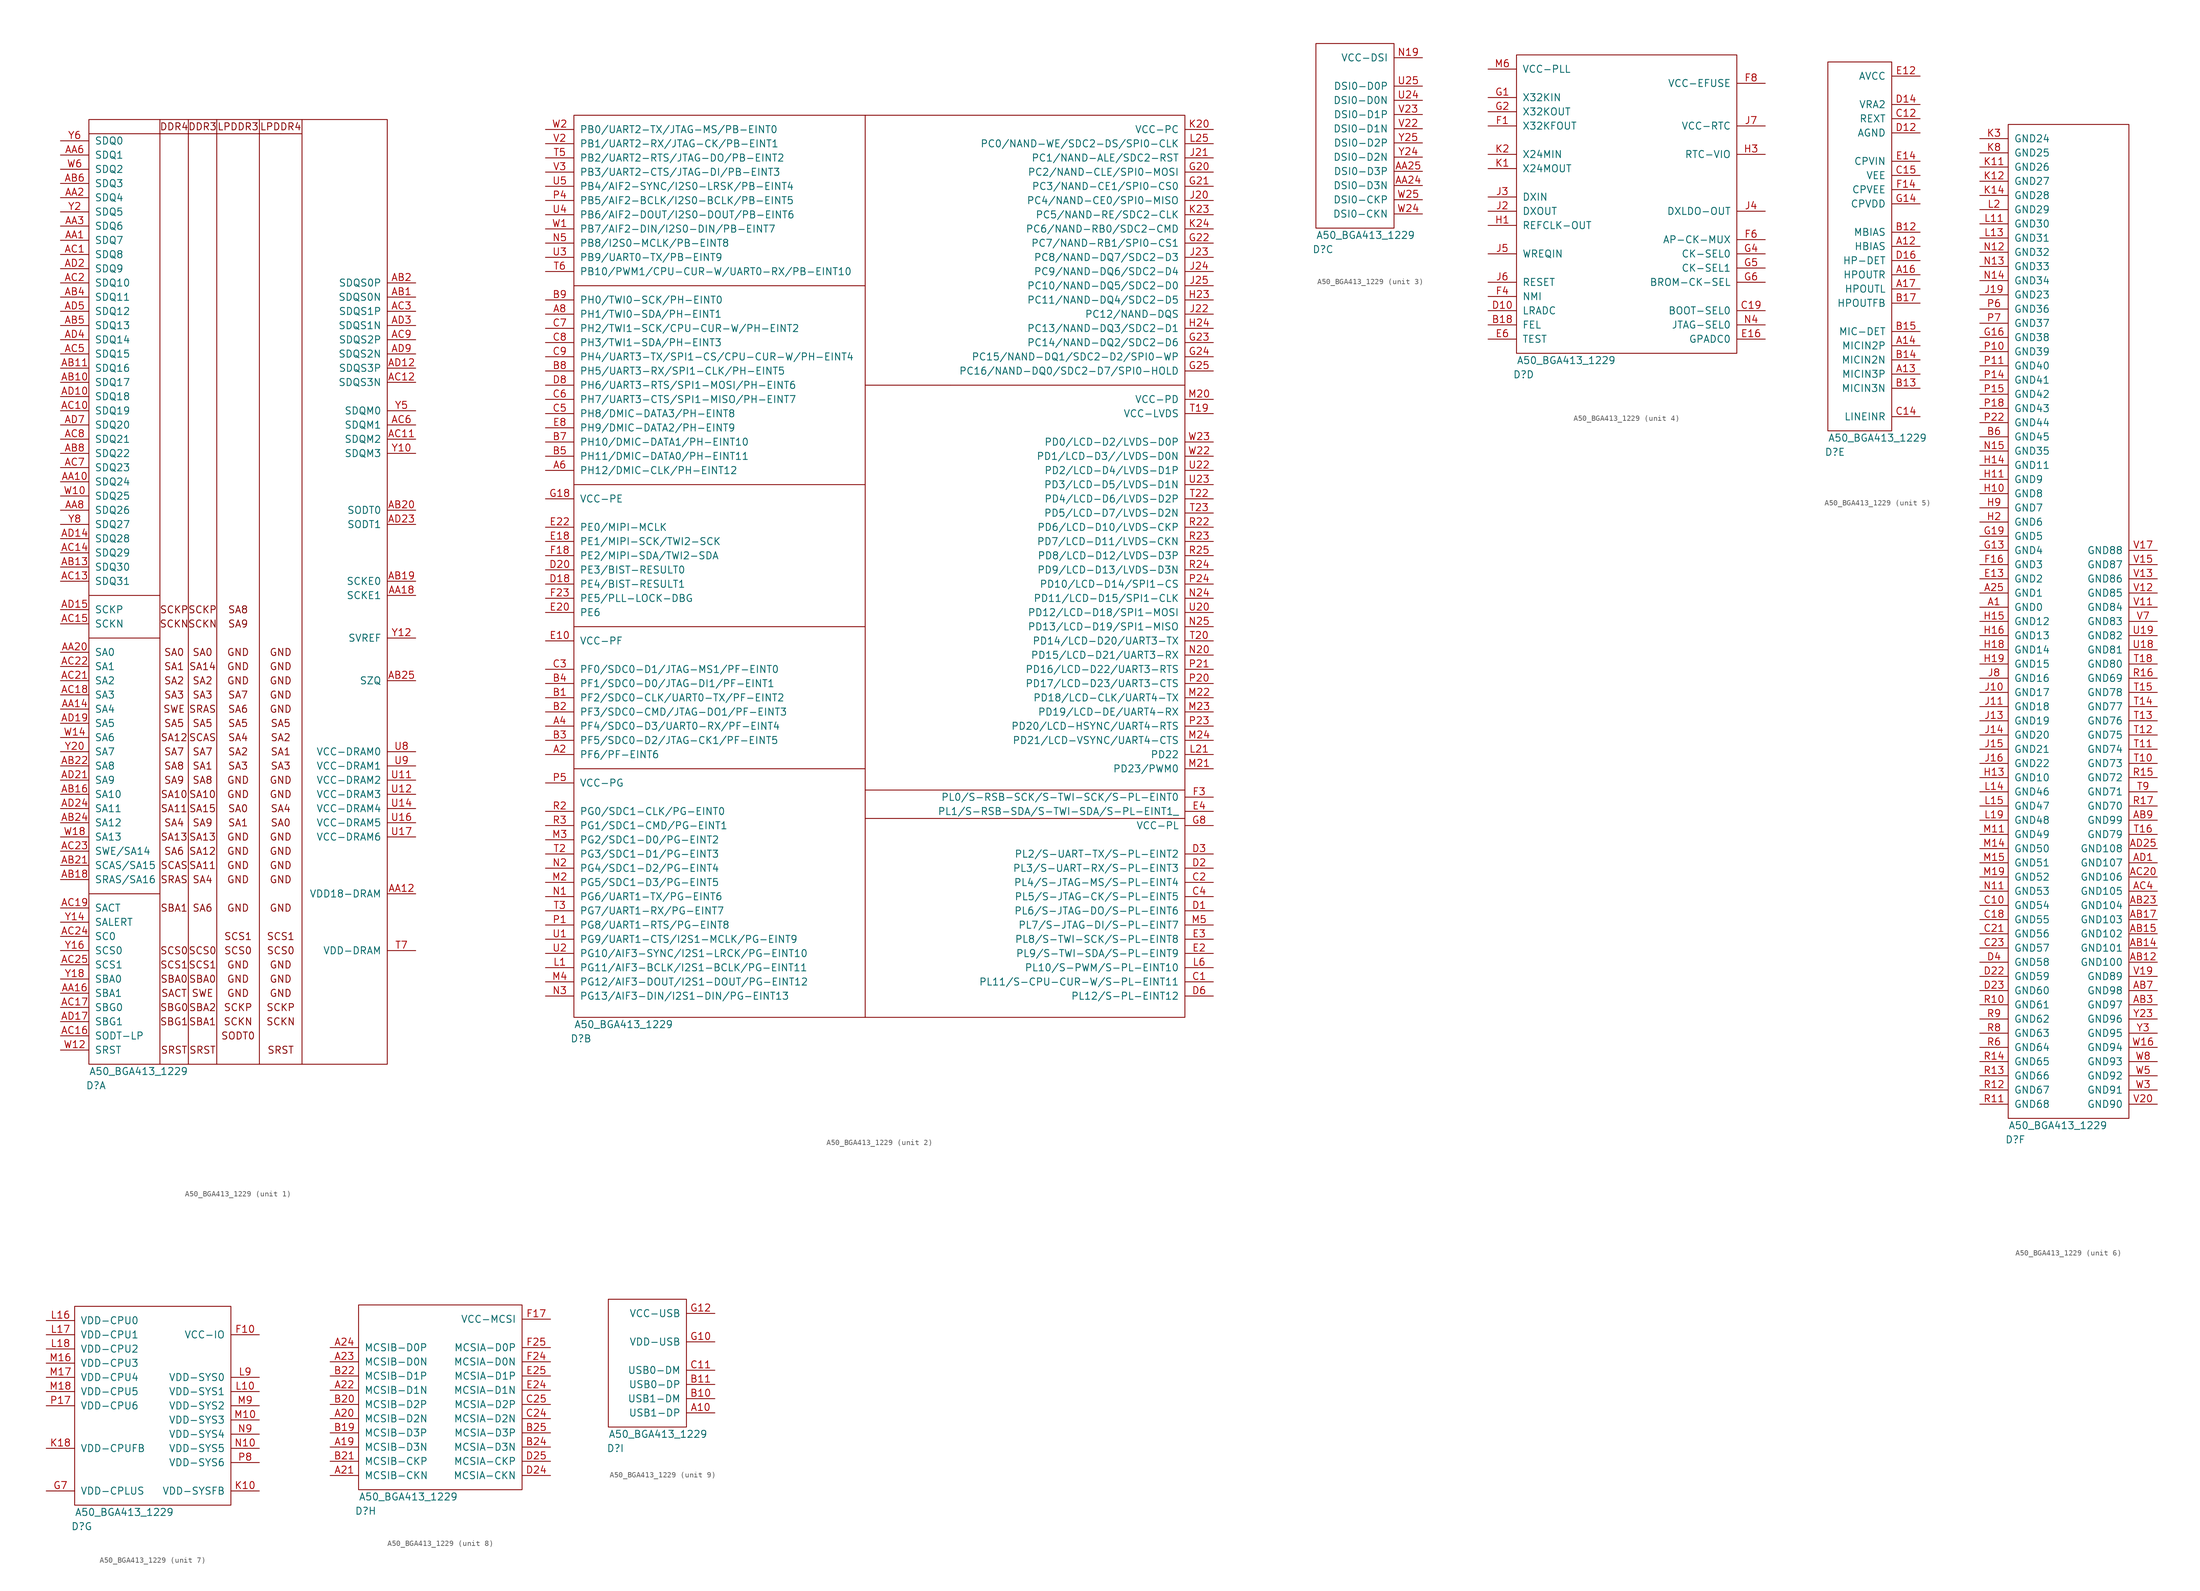
<source format=kicad_sym>
(kicad_symbol_lib
  (version 20211014)
  (generator kicad_symbol_editor)
  (symbol "A50_BGA413_1229"
    (pin_names
      (offset 1.016))
    (property "Reference" "D"
      (at 1.27 -3.81 0)
      (effects (font (size 1.27 1.27))))
    (property "Value" "A50_BGA413_1229"
      (at 8.89 -1.27 0)
      (effects (font (size 1.27 1.27))))
    (property "ki_locked" ""
      (at 0 0 0)
      (effects (font (size 1.27 1.27))))
    (symbol "A50_BGA413_1229_1_0"
      (polyline (pts (xy 22.86 168.91) (xy 22.86 0)) (stroke (width 0) (type default) (color 0 0 0 0)) (fill (type none)))
      (polyline (pts (xy 30.48 168.91) (xy 30.48 0)) (stroke (width 0) (type default) (color 0 0 0 0)) (fill (type none)))
      (polyline (pts (xy 38.1 168.91) (xy 38.1 0)) (stroke (width 0) (type default) (color 0 0 0 0)) (fill (type none)))
      (text "SA14" (at 20.32 71.12 0) (effects (font (size 1.27 1.27)))))
    (symbol "A50_BGA413_1229_1_1"
      (polyline (pts (xy 0 30.48) (xy 12.7 30.48)) (stroke (width 0) (type default) (color 0 0 0 0)) (fill (type none)))
      (polyline (pts (xy 0 76.2) (xy 12.7 76.2)) (stroke (width 0) (type default) (color 0 0 0 0)) (fill (type none)))
      (polyline (pts (xy 0 83.82) (xy 12.7 83.82)) (stroke (width 0) (type default) (color 0 0 0 0)) (fill (type none)))
      (polyline (pts (xy 0 166.37) (xy 34.29 166.37)) (stroke (width 0) (type default) (color 0 0 0 0)) (fill (type none)))
      (polyline (pts (xy 12.7 0) (xy 12.7 168.91)) (stroke (width 0) (type default) (color 0 0 0 0)) (fill (type none)))
      (polyline (pts (xy 17.78 0) (xy 17.78 168.91)) (stroke (width 0) (type default) (color 0 0 0 0)) (fill (type none)))
      (polyline (pts (xy 34.29 166.37) (xy 38.1 166.37)) (stroke (width 0) (type default) (color 0 0 0 0)) (fill (type none)))
      (rectangle (start 0 0) (end 53.34 168.91) (stroke (width 0) (type default) (color 0 0 0 0)) (fill (type none)))
      (text "DDR3" (at 20.32 167.64 0) (effects (font (size 1.27 1.27))))
      (text "DDR4" (at 15.24 167.64 0) (effects (font (size 1.27 1.27))))
      (text "GND" (at 26.67 12.7 0) (effects (font (size 1.27 1.27))))
      (text "GND" (at 26.67 15.24 0) (effects (font (size 1.27 1.27))))
      (text "GND" (at 26.67 17.78 0) (effects (font (size 1.27 1.27))))
      (text "GND" (at 26.67 27.94 0) (effects (font (size 1.27 1.27))))
      (text "GND" (at 26.67 33.02 0) (effects (font (size 1.27 1.27))))
      (text "GND" (at 26.67 35.56 0) (effects (font (size 1.27 1.27))))
      (text "GND" (at 26.67 38.1 0) (effects (font (size 1.27 1.27))))
      (text "GND" (at 26.67 40.64 0) (effects (font (size 1.27 1.27))))
      (text "GND" (at 26.67 48.26 0) (effects (font (size 1.27 1.27))))
      (text "GND" (at 26.67 50.8 0) (effects (font (size 1.27 1.27))))
      (text "GND" (at 26.67 68.58 0) (effects (font (size 1.27 1.27))))
      (text "GND" (at 26.67 71.12 0) (effects (font (size 1.27 1.27))))
      (text "GND" (at 26.67 73.66 0) (effects (font (size 1.27 1.27))))
      (text "GND" (at 34.29 12.7 0) (effects (font (size 1.27 1.27))))
      (text "GND" (at 34.29 15.24 0) (effects (font (size 1.27 1.27))))
      (text "GND" (at 34.29 17.78 0) (effects (font (size 1.27 1.27))))
      (text "GND" (at 34.29 27.94 0) (effects (font (size 1.27 1.27))))
      (text "GND" (at 34.29 33.02 0) (effects (font (size 1.27 1.27))))
      (text "GND" (at 34.29 35.56 0) (effects (font (size 1.27 1.27))))
      (text "GND" (at 34.29 38.1 0) (effects (font (size 1.27 1.27))))
      (text "GND" (at 34.29 40.64 0) (effects (font (size 1.27 1.27))))
      (text "GND" (at 34.29 48.26 0) (effects (font (size 1.27 1.27))))
      (text "GND" (at 34.29 50.8 0) (effects (font (size 1.27 1.27))))
      (text "GND" (at 34.29 63.5 0) (effects (font (size 1.27 1.27))))
      (text "GND" (at 34.29 66.04 0) (effects (font (size 1.27 1.27))))
      (text "GND" (at 34.29 68.58 0) (effects (font (size 1.27 1.27))))
      (text "GND" (at 34.29 71.12 0) (effects (font (size 1.27 1.27))))
      (text "GND" (at 34.29 73.66 0) (effects (font (size 1.27 1.27))))
      (text "LPDDR3" (at 26.67 167.64 0) (effects (font (size 1.27 1.27))))
      (text "LPDDR4" (at 34.29 167.64 0) (effects (font (size 1.27 1.27))))
      (text "SA0" (at 15.24 73.66 0) (effects (font (size 1.27 1.27))))
      (text "SA0" (at 20.32 73.66 0) (effects (font (size 1.27 1.27))))
      (text "SA0" (at 26.67 45.72 0) (effects (font (size 1.27 1.27))))
      (text "SA0" (at 34.29 43.18 0) (effects (font (size 1.27 1.27))))
      (text "SA1" (at 15.24 71.12 0) (effects (font (size 1.27 1.27))))
      (text "SA1" (at 20.32 53.34 0) (effects (font (size 1.27 1.27))))
      (text "SA1" (at 26.67 43.18 0) (effects (font (size 1.27 1.27))))
      (text "SA1" (at 34.29 55.88 0) (effects (font (size 1.27 1.27))))
      (text "SA10" (at 15.24 48.26 0) (effects (font (size 1.27 1.27))))
      (text "SA10" (at 20.32 48.26 0) (effects (font (size 1.27 1.27))))
      (text "SA11" (at 15.24 45.72 0) (effects (font (size 1.27 1.27))))
      (text "SA11" (at 20.32 35.56 0) (effects (font (size 1.27 1.27))))
      (text "SA12" (at 15.24 58.42 0) (effects (font (size 1.27 1.27))))
      (text "SA12" (at 20.32 38.1 0) (effects (font (size 1.27 1.27))))
      (text "SA13" (at 15.24 40.64 0) (effects (font (size 1.27 1.27))))
      (text "SA13" (at 20.32 40.64 0) (effects (font (size 1.27 1.27))))
      (text "SA15" (at 20.32 45.72 0) (effects (font (size 1.27 1.27))))
      (text "SA2" (at 15.24 68.58 0) (effects (font (size 1.27 1.27))))
      (text "SA2" (at 20.32 68.58 0) (effects (font (size 1.27 1.27))))
      (text "SA2" (at 26.67 55.88 0) (effects (font (size 1.27 1.27))))
      (text "SA2" (at 34.29 58.42 0) (effects (font (size 1.27 1.27))))
      (text "SA3" (at 15.24 66.04 0) (effects (font (size 1.27 1.27))))
      (text "SA3" (at 20.32 66.04 0) (effects (font (size 1.27 1.27))))
      (text "SA3" (at 26.67 53.34 0) (effects (font (size 1.27 1.27))))
      (text "SA3" (at 34.29 53.34 0) (effects (font (size 1.27 1.27))))
      (text "SA4" (at 15.24 43.18 0) (effects (font (size 1.27 1.27))))
      (text "SA4" (at 20.32 33.02 0) (effects (font (size 1.27 1.27))))
      (text "SA4" (at 26.67 58.42 0) (effects (font (size 1.27 1.27))))
      (text "SA4" (at 34.29 45.72 0) (effects (font (size 1.27 1.27))))
      (text "SA5" (at 15.24 60.96 0) (effects (font (size 1.27 1.27))))
      (text "SA5" (at 20.32 60.96 0) (effects (font (size 1.27 1.27))))
      (text "SA5" (at 26.67 60.96 0) (effects (font (size 1.27 1.27))))
      (text "SA5" (at 34.29 60.96 0) (effects (font (size 1.27 1.27))))
      (text "SA6" (at 15.24 38.1 0) (effects (font (size 1.27 1.27))))
      (text "SA6" (at 20.32 27.94 0) (effects (font (size 1.27 1.27))))
      (text "SA6" (at 26.67 63.5 0) (effects (font (size 1.27 1.27))))
      (text "SA7" (at 15.24 55.88 0) (effects (font (size 1.27 1.27))))
      (text "SA7" (at 20.32 55.88 0) (effects (font (size 1.27 1.27))))
      (text "SA7" (at 26.67 66.04 0) (effects (font (size 1.27 1.27))))
      (text "SA8" (at 15.24 53.34 0) (effects (font (size 1.27 1.27))))
      (text "SA8" (at 20.32 50.8 0) (effects (font (size 1.27 1.27))))
      (text "SA8" (at 26.67 81.28 0) (effects (font (size 1.27 1.27))))
      (text "SA9" (at 15.24 50.8 0) (effects (font (size 1.27 1.27))))
      (text "SA9" (at 20.32 43.18 0) (effects (font (size 1.27 1.27))))
      (text "SA9" (at 26.67 78.74 0) (effects (font (size 1.27 1.27))))
      (text "SACT" (at 15.24 12.7 0) (effects (font (size 1.27 1.27))))
      (text "SBA0" (at 15.24 15.24 0) (effects (font (size 1.27 1.27))))
      (text "SBA0" (at 20.32 15.24 0) (effects (font (size 1.27 1.27))))
      (text "SBA1" (at 15.24 27.94 0) (effects (font (size 1.27 1.27))))
      (text "SBA1" (at 20.32 7.62 0) (effects (font (size 1.27 1.27))))
      (text "SBA2" (at 20.32 10.16 0) (effects (font (size 1.27 1.27))))
      (text "SBG0" (at 15.24 10.16 0) (effects (font (size 1.27 1.27))))
      (text "SBG1" (at 15.24 7.62 0) (effects (font (size 1.27 1.27))))
      (text "SCAS" (at 15.24 35.56 0) (effects (font (size 1.27 1.27))))
      (text "SCAS" (at 20.32 58.42 0) (effects (font (size 1.27 1.27))))
      (text "SCKN" (at 15.24 78.74 0) (effects (font (size 1.27 1.27))))
      (text "SCKN" (at 20.32 78.74 0) (effects (font (size 1.27 1.27))))
      (text "SCKN" (at 26.67 7.62 0) (effects (font (size 1.27 1.27))))
      (text "SCKN" (at 34.29 7.62 0) (effects (font (size 1.27 1.27))))
      (text "SCKP" (at 15.24 81.28 0) (effects (font (size 1.27 1.27))))
      (text "SCKP" (at 20.32 81.28 0) (effects (font (size 1.27 1.27))))
      (text "SCKP" (at 26.67 10.16 0) (effects (font (size 1.27 1.27))))
      (text "SCKP" (at 34.29 10.16 0) (effects (font (size 1.27 1.27))))
      (text "SCS0" (at 15.24 20.32 0) (effects (font (size 1.27 1.27))))
      (text "SCS0" (at 20.32 20.32 0) (effects (font (size 1.27 1.27))))
      (text "SCS0" (at 26.67 20.32 0) (effects (font (size 1.27 1.27))))
      (text "SCS0" (at 34.29 20.32 0) (effects (font (size 1.27 1.27))))
      (text "SCS1" (at 15.24 17.78 0) (effects (font (size 1.27 1.27))))
      (text "SCS1" (at 20.32 17.78 0) (effects (font (size 1.27 1.27))))
      (text "SCS1" (at 26.67 22.86 0) (effects (font (size 1.27 1.27))))
      (text "SCS1" (at 34.29 22.86 0) (effects (font (size 1.27 1.27))))
      (text "SODT0" (at 26.67 5.08 0) (effects (font (size 1.27 1.27))))
      (text "SRAS" (at 15.24 33.02 0) (effects (font (size 1.27 1.27))))
      (text "SRAS" (at 20.32 63.5 0) (effects (font (size 1.27 1.27))))
      (text "SRST" (at 15.24 2.54 0) (effects (font (size 1.27 1.27))))
      (text "SRST" (at 20.32 2.54 0) (effects (font (size 1.27 1.27))))
      (text "SRST" (at 34.29 2.54 0) (effects (font (size 1.27 1.27))))
      (text "SWE" (at 15.24 63.5 0) (effects (font (size 1.27 1.27))))
      (text "SWE" (at 20.32 12.7 0) (effects (font (size 1.27 1.27))))
      (pin bidirectional line (at -5.08 147.32 0) (length 5.08) (name "SDQ7" (effects (font (size 1.27 1.27)))) (number "AA1" (effects (font (size 1.27 1.27)))))
      (pin bidirectional line (at -5.08 104.14 0) (length 5.08) (name "SDQ24" (effects (font (size 1.27 1.27)))) (number "AA10" (effects (font (size 1.27 1.27)))))
      (pin bidirectional line (at 58.42 30.48 180) (length 5.08) (name "VDD18-DRAM" (effects (font (size 1.27 1.27)))) (number "AA12" (effects (font (size 1.27 1.27)))))
      (pin bidirectional line (at -5.08 63.5 0) (length 5.08) (name "SA4" (effects (font (size 1.27 1.27)))) (number "AA14" (effects (font (size 1.27 1.27)))))
      (pin bidirectional line (at -5.08 12.7 0) (length 5.08) (name "SBA1" (effects (font (size 1.27 1.27)))) (number "AA16" (effects (font (size 1.27 1.27)))))
      (pin bidirectional line (at 58.42 83.82 180) (length 5.08) (name "SCKE1" (effects (font (size 1.27 1.27)))) (number "AA18" (effects (font (size 1.27 1.27)))))
      (pin bidirectional line (at -5.08 154.94 0) (length 5.08) (name "SDQ4" (effects (font (size 1.27 1.27)))) (number "AA2" (effects (font (size 1.27 1.27)))))
      (pin bidirectional line (at -5.08 73.66 0) (length 5.08) (name "SA0" (effects (font (size 1.27 1.27)))) (number "AA20" (effects (font (size 1.27 1.27)))))
      (pin bidirectional line (at -5.08 149.86 0) (length 5.08) (name "SDQ6" (effects (font (size 1.27 1.27)))) (number "AA3" (effects (font (size 1.27 1.27)))))
      (pin bidirectional line (at -5.08 162.56 0) (length 5.08) (name "SDQ1" (effects (font (size 1.27 1.27)))) (number "AA6" (effects (font (size 1.27 1.27)))))
      (pin bidirectional line (at -5.08 99.06 0) (length 5.08) (name "SDQ26" (effects (font (size 1.27 1.27)))) (number "AA8" (effects (font (size 1.27 1.27)))))
      (pin bidirectional line (at 58.42 137.16 180) (length 5.08) (name "SDQS0N" (effects (font (size 1.27 1.27)))) (number "AB1" (effects (font (size 1.27 1.27)))))
      (pin bidirectional line (at -5.08 121.92 0) (length 5.08) (name "SDQ17" (effects (font (size 1.27 1.27)))) (number "AB10" (effects (font (size 1.27 1.27)))))
      (pin bidirectional line (at -5.08 124.46 0) (length 5.08) (name "SDQ16" (effects (font (size 1.27 1.27)))) (number "AB11" (effects (font (size 1.27 1.27)))))
      (pin bidirectional line (at -5.08 88.9 0) (length 5.08) (name "SDQ30" (effects (font (size 1.27 1.27)))) (number "AB13" (effects (font (size 1.27 1.27)))))
      (pin bidirectional line (at -5.08 48.26 0) (length 5.08) (name "SA10" (effects (font (size 1.27 1.27)))) (number "AB16" (effects (font (size 1.27 1.27)))))
      (pin bidirectional line (at -5.08 33.02 0) (length 5.08) (name "SRAS/SA16" (effects (font (size 1.27 1.27)))) (number "AB18" (effects (font (size 1.27 1.27)))))
      (pin bidirectional line (at 58.42 86.36 180) (length 5.08) (name "SCKE0" (effects (font (size 1.27 1.27)))) (number "AB19" (effects (font (size 1.27 1.27)))))
      (pin bidirectional line (at 58.42 139.7 180) (length 5.08) (name "SDQS0P" (effects (font (size 1.27 1.27)))) (number "AB2" (effects (font (size 1.27 1.27)))))
      (pin bidirectional line (at 58.42 99.06 180) (length 5.08) (name "SODT0" (effects (font (size 1.27 1.27)))) (number "AB20" (effects (font (size 1.27 1.27)))))
      (pin bidirectional line (at -5.08 35.56 0) (length 5.08) (name "SCAS/SA15" (effects (font (size 1.27 1.27)))) (number "AB21" (effects (font (size 1.27 1.27)))))
      (pin bidirectional line (at -5.08 53.34 0) (length 5.08) (name "SA8" (effects (font (size 1.27 1.27)))) (number "AB22" (effects (font (size 1.27 1.27)))))
      (pin bidirectional line (at -5.08 43.18 0) (length 5.08) (name "SA12" (effects (font (size 1.27 1.27)))) (number "AB24" (effects (font (size 1.27 1.27)))))
      (pin bidirectional line (at 58.42 68.58 180) (length 5.08) (name "SZQ" (effects (font (size 1.27 1.27)))) (number "AB25" (effects (font (size 1.27 1.27)))))
      (pin bidirectional line (at -5.08 137.16 0) (length 5.08) (name "SDQ11" (effects (font (size 1.27 1.27)))) (number "AB4" (effects (font (size 1.27 1.27)))))
      (pin bidirectional line (at -5.08 132.08 0) (length 5.08) (name "SDQ13" (effects (font (size 1.27 1.27)))) (number "AB5" (effects (font (size 1.27 1.27)))))
      (pin bidirectional line (at -5.08 157.48 0) (length 5.08) (name "SDQ3" (effects (font (size 1.27 1.27)))) (number "AB6" (effects (font (size 1.27 1.27)))))
      (pin bidirectional line (at -5.08 109.22 0) (length 5.08) (name "SDQ22" (effects (font (size 1.27 1.27)))) (number "AB8" (effects (font (size 1.27 1.27)))))
      (pin bidirectional line (at -5.08 144.78 0) (length 5.08) (name "SDQ8" (effects (font (size 1.27 1.27)))) (number "AC1" (effects (font (size 1.27 1.27)))))
      (pin bidirectional line (at -5.08 116.84 0) (length 5.08) (name "SDQ19" (effects (font (size 1.27 1.27)))) (number "AC10" (effects (font (size 1.27 1.27)))))
      (pin bidirectional line (at 58.42 111.76 180) (length 5.08) (name "SDQM2" (effects (font (size 1.27 1.27)))) (number "AC11" (effects (font (size 1.27 1.27)))))
      (pin bidirectional line (at 58.42 121.92 180) (length 5.08) (name "SDQS3N" (effects (font (size 1.27 1.27)))) (number "AC12" (effects (font (size 1.27 1.27)))))
      (pin bidirectional line (at -5.08 86.36 0) (length 5.08) (name "SDQ31" (effects (font (size 1.27 1.27)))) (number "AC13" (effects (font (size 1.27 1.27)))))
      (pin bidirectional line (at -5.08 91.44 0) (length 5.08) (name "SDQ29" (effects (font (size 1.27 1.27)))) (number "AC14" (effects (font (size 1.27 1.27)))))
      (pin bidirectional line (at -5.08 78.74 0) (length 5.08) (name "SCKN" (effects (font (size 1.27 1.27)))) (number "AC15" (effects (font (size 1.27 1.27)))))
      (pin bidirectional line (at -5.08 5.08 0) (length 5.08) (name "SODT-LP" (effects (font (size 1.27 1.27)))) (number "AC16" (effects (font (size 1.27 1.27)))))
      (pin bidirectional line (at -5.08 10.16 0) (length 5.08) (name "SBG0" (effects (font (size 1.27 1.27)))) (number "AC17" (effects (font (size 1.27 1.27)))))
      (pin bidirectional line (at -5.08 66.04 0) (length 5.08) (name "SA3" (effects (font (size 1.27 1.27)))) (number "AC18" (effects (font (size 1.27 1.27)))))
      (pin bidirectional line (at -5.08 27.94 0) (length 5.08) (name "SACT" (effects (font (size 1.27 1.27)))) (number "AC19" (effects (font (size 1.27 1.27)))))
      (pin bidirectional line (at -5.08 139.7 0) (length 5.08) (name "SDQ10" (effects (font (size 1.27 1.27)))) (number "AC2" (effects (font (size 1.27 1.27)))))
      (pin bidirectional line (at -5.08 68.58 0) (length 5.08) (name "SA2" (effects (font (size 1.27 1.27)))) (number "AC21" (effects (font (size 1.27 1.27)))))
      (pin bidirectional line (at -5.08 71.12 0) (length 5.08) (name "SA1" (effects (font (size 1.27 1.27)))) (number "AC22" (effects (font (size 1.27 1.27)))))
      (pin bidirectional line (at -5.08 38.1 0) (length 5.08) (name "SWE/SA14" (effects (font (size 1.27 1.27)))) (number "AC23" (effects (font (size 1.27 1.27)))))
      (pin bidirectional line (at -5.08 22.86 0) (length 5.08) (name "SC0" (effects (font (size 1.27 1.27)))) (number "AC24" (effects (font (size 1.27 1.27)))))
      (pin bidirectional line (at -5.08 17.78 0) (length 5.08) (name "SCS1" (effects (font (size 1.27 1.27)))) (number "AC25" (effects (font (size 1.27 1.27)))))
      (pin bidirectional line (at 58.42 134.62 180) (length 5.08) (name "SDQS1P" (effects (font (size 1.27 1.27)))) (number "AC3" (effects (font (size 1.27 1.27)))))
      (pin bidirectional line (at -5.08 127 0) (length 5.08) (name "SDQ15" (effects (font (size 1.27 1.27)))) (number "AC5" (effects (font (size 1.27 1.27)))))
      (pin bidirectional line (at 58.42 114.3 180) (length 5.08) (name "SDQM1" (effects (font (size 1.27 1.27)))) (number "AC6" (effects (font (size 1.27 1.27)))))
      (pin bidirectional line (at -5.08 106.68 0) (length 5.08) (name "SDQ23" (effects (font (size 1.27 1.27)))) (number "AC7" (effects (font (size 1.27 1.27)))))
      (pin bidirectional line (at -5.08 111.76 0) (length 5.08) (name "SDQ21" (effects (font (size 1.27 1.27)))) (number "AC8" (effects (font (size 1.27 1.27)))))
      (pin bidirectional line (at 58.42 129.54 180) (length 5.08) (name "SDQS2P" (effects (font (size 1.27 1.27)))) (number "AC9" (effects (font (size 1.27 1.27)))))
      (pin bidirectional line (at -5.08 119.38 0) (length 5.08) (name "SDQ18" (effects (font (size 1.27 1.27)))) (number "AD10" (effects (font (size 1.27 1.27)))))
      (pin bidirectional line (at 58.42 124.46 180) (length 5.08) (name "SDQS3P" (effects (font (size 1.27 1.27)))) (number "AD12" (effects (font (size 1.27 1.27)))))
      (pin bidirectional line (at -5.08 93.98 0) (length 5.08) (name "SDQ28" (effects (font (size 1.27 1.27)))) (number "AD14" (effects (font (size 1.27 1.27)))))
      (pin bidirectional line (at -5.08 81.28 0) (length 5.08) (name "SCKP" (effects (font (size 1.27 1.27)))) (number "AD15" (effects (font (size 1.27 1.27)))))
      (pin bidirectional line (at -5.08 7.62 0) (length 5.08) (name "SBG1" (effects (font (size 1.27 1.27)))) (number "AD17" (effects (font (size 1.27 1.27)))))
      (pin bidirectional line (at -5.08 60.96 0) (length 5.08) (name "SA5" (effects (font (size 1.27 1.27)))) (number "AD19" (effects (font (size 1.27 1.27)))))
      (pin bidirectional line (at -5.08 142.24 0) (length 5.08) (name "SDQ9" (effects (font (size 1.27 1.27)))) (number "AD2" (effects (font (size 1.27 1.27)))))
      (pin bidirectional line (at -5.08 50.8 0) (length 5.08) (name "SA9" (effects (font (size 1.27 1.27)))) (number "AD21" (effects (font (size 1.27 1.27)))))
      (pin bidirectional line (at 58.42 96.52 180) (length 5.08) (name "SODT1" (effects (font (size 1.27 1.27)))) (number "AD23" (effects (font (size 1.27 1.27)))))
      (pin bidirectional line (at -5.08 45.72 0) (length 5.08) (name "SA11" (effects (font (size 1.27 1.27)))) (number "AD24" (effects (font (size 1.27 1.27)))))
      (pin bidirectional line (at 58.42 132.08 180) (length 5.08) (name "SDQS1N" (effects (font (size 1.27 1.27)))) (number "AD3" (effects (font (size 1.27 1.27)))))
      (pin bidirectional line (at -5.08 129.54 0) (length 5.08) (name "SDQ14" (effects (font (size 1.27 1.27)))) (number "AD4" (effects (font (size 1.27 1.27)))))
      (pin bidirectional line (at -5.08 134.62 0) (length 5.08) (name "SDQ12" (effects (font (size 1.27 1.27)))) (number "AD5" (effects (font (size 1.27 1.27)))))
      (pin bidirectional line (at -5.08 114.3 0) (length 5.08) (name "SDQ20" (effects (font (size 1.27 1.27)))) (number "AD7" (effects (font (size 1.27 1.27)))))
      (pin bidirectional line (at 58.42 127 180) (length 5.08) (name "SDQS2N" (effects (font (size 1.27 1.27)))) (number "AD9" (effects (font (size 1.27 1.27)))))
      (pin bidirectional line (at 58.42 20.32 180) (length 5.08) (name "VDD-DRAM" (effects (font (size 1.27 1.27)))) (number "T7" (effects (font (size 1.27 1.27)))))
      (pin bidirectional line (at 58.42 50.8 180) (length 5.08) (name "VCC-DRAM2" (effects (font (size 1.27 1.27)))) (number "U11" (effects (font (size 1.27 1.27)))))
      (pin bidirectional line (at 58.42 48.26 180) (length 5.08) (name "VCC-DRAM3" (effects (font (size 1.27 1.27)))) (number "U12" (effects (font (size 1.27 1.27)))))
      (pin bidirectional line (at 58.42 45.72 180) (length 5.08) (name "VCC-DRAM4" (effects (font (size 1.27 1.27)))) (number "U14" (effects (font (size 1.27 1.27)))))
      (pin bidirectional line (at 58.42 43.18 180) (length 5.08) (name "VCC-DRAM5" (effects (font (size 1.27 1.27)))) (number "U16" (effects (font (size 1.27 1.27)))))
      (pin bidirectional line (at 58.42 40.64 180) (length 5.08) (name "VCC-DRAM6" (effects (font (size 1.27 1.27)))) (number "U17" (effects (font (size 1.27 1.27)))))
      (pin bidirectional line (at 58.42 55.88 180) (length 5.08) (name "VCC-DRAM0" (effects (font (size 1.27 1.27)))) (number "U8" (effects (font (size 1.27 1.27)))))
      (pin bidirectional line (at 58.42 53.34 180) (length 5.08) (name "VCC-DRAM1" (effects (font (size 1.27 1.27)))) (number "U9" (effects (font (size 1.27 1.27)))))
      (pin bidirectional line (at -5.08 101.6 0) (length 5.08) (name "SDQ25" (effects (font (size 1.27 1.27)))) (number "W10" (effects (font (size 1.27 1.27)))))
      (pin bidirectional line (at -5.08 2.54 0) (length 5.08) (name "SRST" (effects (font (size 1.27 1.27)))) (number "W12" (effects (font (size 1.27 1.27)))))
      (pin bidirectional line (at -5.08 58.42 0) (length 5.08) (name "SA6" (effects (font (size 1.27 1.27)))) (number "W14" (effects (font (size 1.27 1.27)))))
      (pin bidirectional line (at -5.08 40.64 0) (length 5.08) (name "SA13" (effects (font (size 1.27 1.27)))) (number "W18" (effects (font (size 1.27 1.27)))))
      (pin bidirectional line (at -5.08 160.02 0) (length 5.08) (name "SDQ2" (effects (font (size 1.27 1.27)))) (number "W6" (effects (font (size 1.27 1.27)))))
      (pin bidirectional line (at 58.42 109.22 180) (length 5.08) (name "SDQM3" (effects (font (size 1.27 1.27)))) (number "Y10" (effects (font (size 1.27 1.27)))))
      (pin bidirectional line (at 58.42 76.2 180) (length 5.08) (name "SVREF" (effects (font (size 1.27 1.27)))) (number "Y12" (effects (font (size 1.27 1.27)))))
      (pin bidirectional line (at -5.08 25.4 0) (length 5.08) (name "SALERT" (effects (font (size 1.27 1.27)))) (number "Y14" (effects (font (size 1.27 1.27)))))
      (pin bidirectional line (at -5.08 20.32 0) (length 5.08) (name "SCS0" (effects (font (size 1.27 1.27)))) (number "Y16" (effects (font (size 1.27 1.27)))))
      (pin bidirectional line (at -5.08 15.24 0) (length 5.08) (name "SBA0" (effects (font (size 1.27 1.27)))) (number "Y18" (effects (font (size 1.27 1.27)))))
      (pin bidirectional line (at -5.08 152.4 0) (length 5.08) (name "SDQ5" (effects (font (size 1.27 1.27)))) (number "Y2" (effects (font (size 1.27 1.27)))))
      (pin bidirectional line (at -5.08 55.88 0) (length 5.08) (name "SA7" (effects (font (size 1.27 1.27)))) (number "Y20" (effects (font (size 1.27 1.27)))))
      (pin bidirectional line (at 58.42 116.84 180) (length 5.08) (name "SDQM0" (effects (font (size 1.27 1.27)))) (number "Y5" (effects (font (size 1.27 1.27)))))
      (pin bidirectional line (at -5.08 165.1 0) (length 5.08) (name "SDQ0" (effects (font (size 1.27 1.27)))) (number "Y6" (effects (font (size 1.27 1.27)))))
      (pin bidirectional line (at -5.08 96.52 0) (length 5.08) (name "SDQ27" (effects (font (size 1.27 1.27)))) (number "Y8" (effects (font (size 1.27 1.27))))))
    (symbol "A50_BGA413_1229_2_0"
      (polyline (pts (xy 67.31 113.03) (xy 52.07 113.03)) (stroke (width 0) (type default) (color 0 0 0 0)) (fill (type none))))
    (symbol "A50_BGA413_1229_2_1"
      (polyline (pts (xy 0 44.45) (xy 52.07 44.45)) (stroke (width 0) (type default) (color 0 0 0 0)) (fill (type none)))
      (polyline (pts (xy 0 69.85) (xy 52.07 69.85)) (stroke (width 0) (type default) (color 0 0 0 0)) (fill (type none)))
      (polyline (pts (xy 0 95.25) (xy 52.07 95.25)) (stroke (width 0) (type default) (color 0 0 0 0)) (fill (type none)))
      (polyline (pts (xy 0 130.81) (xy 52.07 130.81)) (stroke (width 0) (type default) (color 0 0 0 0)) (fill (type none)))
      (polyline (pts (xy 52.07 0) (xy 52.07 161.29)) (stroke (width 0) (type default) (color 0 0 0 0)) (fill (type none)))
      (polyline (pts (xy 52.07 40.64) (xy 109.22 40.64)) (stroke (width 0) (type default) (color 0 0 0 0)) (fill (type none)))
      (polyline (pts (xy 109.22 35.56) (xy 52.07 35.56)) (stroke (width 0) (type default) (color 0 0 0 0)) (fill (type none)))
      (polyline (pts (xy 109.22 113.03) (xy 67.31 113.03)) (stroke (width 0) (type default) (color 0 0 0 0)) (fill (type none)))
      (rectangle (start 0 0) (end 109.22 161.29) (stroke (width 0) (type default) (color 0 0 0 0)) (fill (type none)))
      (pin bidirectional line (at -5.08 46.99 0) (length 5.08) (name "PF6/PF-EINT6" (effects (font (size 1.27 1.27)))) (number "A2" (effects (font (size 1.27 1.27)))))
      (pin bidirectional line (at -5.08 52.07 0) (length 5.08) (name "PF4/SDC0-D3/UART0-RX/PF-EINT4" (effects (font (size 1.27 1.27)))) (number "A4" (effects (font (size 1.27 1.27)))))
      (pin bidirectional line (at -5.08 97.79 0) (length 5.08) (name "PH12/DMIC-CLK/PH-EINT12" (effects (font (size 1.27 1.27)))) (number "A6" (effects (font (size 1.27 1.27)))))
      (pin bidirectional line (at -5.08 125.73 0) (length 5.08) (name "PH1/TWI0-SDA/PH-EINT1" (effects (font (size 1.27 1.27)))) (number "A8" (effects (font (size 1.27 1.27)))))
      (pin bidirectional line (at -5.08 57.15 0) (length 5.08) (name "PF2/SDC0-CLK/UART0-TX/PF-EINT2" (effects (font (size 1.27 1.27)))) (number "B1" (effects (font (size 1.27 1.27)))))
      (pin bidirectional line (at -5.08 54.61 0) (length 5.08) (name "PF3/SDC0-CMD/JTAG-DO1/PF-EINT3" (effects (font (size 1.27 1.27)))) (number "B2" (effects (font (size 1.27 1.27)))))
      (pin bidirectional line (at -5.08 49.53 0) (length 5.08) (name "PF5/SDC0-D2/JTAG-CK1/PF-EINT5" (effects (font (size 1.27 1.27)))) (number "B3" (effects (font (size 1.27 1.27)))))
      (pin bidirectional line (at -5.08 59.69 0) (length 5.08) (name "PF1/SDC0-D0/JTAG-DI1/PF-EINT1" (effects (font (size 1.27 1.27)))) (number "B4" (effects (font (size 1.27 1.27)))))
      (pin bidirectional line (at -5.08 100.33 0) (length 5.08) (name "PH11/DMIC-DATA0/PH-EINT11" (effects (font (size 1.27 1.27)))) (number "B5" (effects (font (size 1.27 1.27)))))
      (pin bidirectional line (at -5.08 102.87 0) (length 5.08) (name "PH10/DMIC-DATA1/PH-EINT10" (effects (font (size 1.27 1.27)))) (number "B7" (effects (font (size 1.27 1.27)))))
      (pin bidirectional line (at -5.08 115.57 0) (length 5.08) (name "PH5/UART3-RX/SPI1-CLK/PH-EINT5" (effects (font (size 1.27 1.27)))) (number "B8" (effects (font (size 1.27 1.27)))))
      (pin bidirectional line (at -5.08 128.27 0) (length 5.08) (name "PH0/TWI0-SCK/PH-EINT0" (effects (font (size 1.27 1.27)))) (number "B9" (effects (font (size 1.27 1.27)))))
      (pin bidirectional line (at 114.3 6.35 180) (length 5.08) (name "PL11/S-CPU-CUR-W/S-PL-EINT11" (effects (font (size 1.27 1.27)))) (number "C1" (effects (font (size 1.27 1.27)))))
      (pin bidirectional line (at 114.3 24.13 180) (length 5.08) (name "PL4/S-JTAG-MS/S-PL-EINT4" (effects (font (size 1.27 1.27)))) (number "C2" (effects (font (size 1.27 1.27)))))
      (pin bidirectional line (at -5.08 62.23 0) (length 5.08) (name "PF0/SDC0-D1/JTAG-MS1/PF-EINT0" (effects (font (size 1.27 1.27)))) (number "C3" (effects (font (size 1.27 1.27)))))
      (pin bidirectional line (at 114.3 21.59 180) (length 5.08) (name "PL5/S-JTAG-CK/S-PL-EINT5" (effects (font (size 1.27 1.27)))) (number "C4" (effects (font (size 1.27 1.27)))))
      (pin bidirectional line (at -5.08 107.95 0) (length 5.08) (name "PH8/DMIC-DATA3/PH-EINT8" (effects (font (size 1.27 1.27)))) (number "C5" (effects (font (size 1.27 1.27)))))
      (pin bidirectional line (at -5.08 110.49 0) (length 5.08) (name "PH7/UART3-CTS/SPI1-MISO/PH-EINT7" (effects (font (size 1.27 1.27)))) (number "C6" (effects (font (size 1.27 1.27)))))
      (pin bidirectional line (at -5.08 123.19 0) (length 5.08) (name "PH2/TWI1-SCK/CPU-CUR-W/PH-EINT2" (effects (font (size 1.27 1.27)))) (number "C7" (effects (font (size 1.27 1.27)))))
      (pin bidirectional line (at -5.08 120.65 0) (length 5.08) (name "PH3/TWI1-SDA/PH-EINT3" (effects (font (size 1.27 1.27)))) (number "C8" (effects (font (size 1.27 1.27)))))
      (pin bidirectional line (at -5.08 118.11 0) (length 5.08) (name "PH4/UART3-TX/SPI1-CS/CPU-CUR-W/PH-EINT4" (effects (font (size 1.27 1.27)))) (number "C9" (effects (font (size 1.27 1.27)))))
      (pin bidirectional line (at 114.3 19.05 180) (length 5.08) (name "PL6/S-JTAG-DO/S-PL-EINT6" (effects (font (size 1.27 1.27)))) (number "D1" (effects (font (size 1.27 1.27)))))
      (pin bidirectional line (at -5.08 77.47 0) (length 5.08) (name "PE4/BIST-RESULT1" (effects (font (size 1.27 1.27)))) (number "D18" (effects (font (size 1.27 1.27)))))
      (pin bidirectional line (at 114.3 26.67 180) (length 5.08) (name "PL3/S-UART-RX/S-PL-EINT3" (effects (font (size 1.27 1.27)))) (number "D2" (effects (font (size 1.27 1.27)))))
      (pin bidirectional line (at -5.08 80.01 0) (length 5.08) (name "PE3/BIST-RESULT0" (effects (font (size 1.27 1.27)))) (number "D20" (effects (font (size 1.27 1.27)))))
      (pin bidirectional line (at 114.3 29.21 180) (length 5.08) (name "PL2/S-UART-TX/S-PL-EINT2" (effects (font (size 1.27 1.27)))) (number "D3" (effects (font (size 1.27 1.27)))))
      (pin bidirectional line (at 114.3 3.81 180) (length 5.08) (name "PL12/S-PL-EINT12" (effects (font (size 1.27 1.27)))) (number "D6" (effects (font (size 1.27 1.27)))))
      (pin bidirectional line (at -5.08 113.03 0) (length 5.08) (name "PH6/UART3-RTS/SPI1-MOSI/PH-EINT6" (effects (font (size 1.27 1.27)))) (number "D8" (effects (font (size 1.27 1.27)))))
      (pin bidirectional line (at -5.08 67.31 0) (length 5.08) (name "VCC-PF" (effects (font (size 1.27 1.27)))) (number "E10" (effects (font (size 1.27 1.27)))))
      (pin bidirectional line (at -5.08 85.09 0) (length 5.08) (name "PE1/MIPI-SCK/TWI2-SCK" (effects (font (size 1.27 1.27)))) (number "E18" (effects (font (size 1.27 1.27)))))
      (pin bidirectional line (at 114.3 11.43 180) (length 5.08) (name "PL9/S-TWI-SDA/S-PL-EINT9" (effects (font (size 1.27 1.27)))) (number "E2" (effects (font (size 1.27 1.27)))))
      (pin bidirectional line (at -5.08 72.39 0) (length 5.08) (name "PE6" (effects (font (size 1.27 1.27)))) (number "E20" (effects (font (size 1.27 1.27)))))
      (pin bidirectional line (at -5.08 87.63 0) (length 5.08) (name "PE0/MIPI-MCLK" (effects (font (size 1.27 1.27)))) (number "E22" (effects (font (size 1.27 1.27)))))
      (pin bidirectional line (at 114.3 13.97 180) (length 5.08) (name "PL8/S-TWI-SCK/S-PL-EINT8" (effects (font (size 1.27 1.27)))) (number "E3" (effects (font (size 1.27 1.27)))))
      (pin bidirectional line (at 114.3 36.83 180) (length 5.08) (name "PL1/S-RSB-SDA/S-TWI-SDA/S-PL-EINT1_" (effects (font (size 1.27 1.27)))) (number "E4" (effects (font (size 1.27 1.27)))))
      (pin bidirectional line (at -5.08 105.41 0) (length 5.08) (name "PH9/DMIC-DATA2/PH-EINT9" (effects (font (size 1.27 1.27)))) (number "E8" (effects (font (size 1.27 1.27)))))
      (pin bidirectional line (at -5.08 82.55 0) (length 5.08) (name "PE2/MIPI-SDA/TWI2-SDA" (effects (font (size 1.27 1.27)))) (number "F18" (effects (font (size 1.27 1.27)))))
      (pin bidirectional line (at -5.08 74.93 0) (length 5.08) (name "PE5/PLL-LOCK-DBG" (effects (font (size 1.27 1.27)))) (number "F23" (effects (font (size 1.27 1.27)))))
      (pin bidirectional line (at 114.3 39.37 180) (length 5.08) (name "PL0/S-RSB-SCK/S-TWI-SCK/S-PL-EINT0" (effects (font (size 1.27 1.27)))) (number "F3" (effects (font (size 1.27 1.27)))))
      (pin bidirectional line (at -5.08 92.71 0) (length 5.08) (name "VCC-PE" (effects (font (size 1.27 1.27)))) (number "G18" (effects (font (size 1.27 1.27)))))
      (pin bidirectional line (at 114.3 151.13 180) (length 5.08) (name "PC2/NAND-CLE/SPI0-MOSI" (effects (font (size 1.27 1.27)))) (number "G20" (effects (font (size 1.27 1.27)))))
      (pin bidirectional line (at 114.3 148.59 180) (length 5.08) (name "PC3/NAND-CE1/SPI0-CS0" (effects (font (size 1.27 1.27)))) (number "G21" (effects (font (size 1.27 1.27)))))
      (pin bidirectional line (at 114.3 138.43 180) (length 5.08) (name "PC7/NAND-RB1/SPI0-CS1" (effects (font (size 1.27 1.27)))) (number "G22" (effects (font (size 1.27 1.27)))))
      (pin bidirectional line (at 114.3 120.65 180) (length 5.08) (name "PC14/NAND-DQ2/SDC2-D6" (effects (font (size 1.27 1.27)))) (number "G23" (effects (font (size 1.27 1.27)))))
      (pin bidirectional line (at 114.3 118.11 180) (length 5.08) (name "PC15/NAND-DQ1/SDC2-D2/SPI0-WP" (effects (font (size 1.27 1.27)))) (number "G24" (effects (font (size 1.27 1.27)))))
      (pin bidirectional line (at 114.3 115.57 180) (length 5.08) (name "PC16/NAND-DQ0/SDC2-D7/SPI0-HOLD" (effects (font (size 1.27 1.27)))) (number "G25" (effects (font (size 1.27 1.27)))))
      (pin bidirectional line (at 114.3 34.29 180) (length 5.08) (name "VCC-PL" (effects (font (size 1.27 1.27)))) (number "G8" (effects (font (size 1.27 1.27)))))
      (pin bidirectional line (at 114.3 128.27 180) (length 5.08) (name "PC11/NAND-DQ4/SDC2-D5" (effects (font (size 1.27 1.27)))) (number "H23" (effects (font (size 1.27 1.27)))))
      (pin bidirectional line (at 114.3 123.19 180) (length 5.08) (name "PC13/NAND-DQ3/SDC2-D1" (effects (font (size 1.27 1.27)))) (number "H24" (effects (font (size 1.27 1.27)))))
      (pin bidirectional line (at 114.3 146.05 180) (length 5.08) (name "PC4/NAND-CE0/SPI0-MISO" (effects (font (size 1.27 1.27)))) (number "J20" (effects (font (size 1.27 1.27)))))
      (pin bidirectional line (at 114.3 153.67 180) (length 5.08) (name "PC1/NAND-ALE/SDC2-RST" (effects (font (size 1.27 1.27)))) (number "J21" (effects (font (size 1.27 1.27)))))
      (pin bidirectional line (at 114.3 125.73 180) (length 5.08) (name "PC12/NAND-DQS" (effects (font (size 1.27 1.27)))) (number "J22" (effects (font (size 1.27 1.27)))))
      (pin bidirectional line (at 114.3 135.89 180) (length 5.08) (name "PC8/NAND-DQ7/SDC2-D3" (effects (font (size 1.27 1.27)))) (number "J23" (effects (font (size 1.27 1.27)))))
      (pin bidirectional line (at 114.3 133.35 180) (length 5.08) (name "PC9/NAND-DQ6/SDC2-D4" (effects (font (size 1.27 1.27)))) (number "J24" (effects (font (size 1.27 1.27)))))
      (pin bidirectional line (at 114.3 130.81 180) (length 5.08) (name "PC10/NAND-DQ5/SDC2-D0" (effects (font (size 1.27 1.27)))) (number "J25" (effects (font (size 1.27 1.27)))))
      (pin bidirectional line (at 114.3 158.75 180) (length 5.08) (name "VCC-PC" (effects (font (size 1.27 1.27)))) (number "K20" (effects (font (size 1.27 1.27)))))
      (pin bidirectional line (at 114.3 143.51 180) (length 5.08) (name "PC5/NAND-RE/SDC2-CLK" (effects (font (size 1.27 1.27)))) (number "K23" (effects (font (size 1.27 1.27)))))
      (pin bidirectional line (at 114.3 140.97 180) (length 5.08) (name "PC6/NAND-RB0/SDC2-CMD" (effects (font (size 1.27 1.27)))) (number "K24" (effects (font (size 1.27 1.27)))))
      (pin bidirectional line (at -5.08 8.89 0) (length 5.08) (name "PG11/AIF3-BCLK/I2S1-BCLK/PG-EINT11" (effects (font (size 1.27 1.27)))) (number "L1" (effects (font (size 1.27 1.27)))))
      (pin bidirectional line (at 114.3 46.99 180) (length 5.08) (name "PD22" (effects (font (size 1.27 1.27)))) (number "L21" (effects (font (size 1.27 1.27)))))
      (pin bidirectional line (at 114.3 156.21 180) (length 5.08) (name "PC0/NAND-WE/SDC2-DS/SPI0-CLK" (effects (font (size 1.27 1.27)))) (number "L25" (effects (font (size 1.27 1.27)))))
      (pin bidirectional line (at 114.3 8.89 180) (length 5.08) (name "PL10/S-PWM/S-PL-EINT10" (effects (font (size 1.27 1.27)))) (number "L6" (effects (font (size 1.27 1.27)))))
      (pin bidirectional line (at -5.08 24.13 0) (length 5.08) (name "PG5/SDC1-D3/PG-EINT5" (effects (font (size 1.27 1.27)))) (number "M2" (effects (font (size 1.27 1.27)))))
      (pin bidirectional line (at 114.3 110.49 180) (length 5.08) (name "VCC-PD" (effects (font (size 1.27 1.27)))) (number "M20" (effects (font (size 1.27 1.27)))))
      (pin bidirectional line (at 114.3 44.45 180) (length 5.08) (name "PD23/PWM0" (effects (font (size 1.27 1.27)))) (number "M21" (effects (font (size 1.27 1.27)))))
      (pin bidirectional line (at 114.3 57.15 180) (length 5.08) (name "PD18/LCD-CLK/UART4-TX" (effects (font (size 1.27 1.27)))) (number "M22" (effects (font (size 1.27 1.27)))))
      (pin bidirectional line (at 114.3 54.61 180) (length 5.08) (name "PD19/LCD-DE/UART4-RX" (effects (font (size 1.27 1.27)))) (number "M23" (effects (font (size 1.27 1.27)))))
      (pin bidirectional line (at 114.3 49.53 180) (length 5.08) (name "PD21/LCD-VSYNC/UART4-CTS" (effects (font (size 1.27 1.27)))) (number "M24" (effects (font (size 1.27 1.27)))))
      (pin bidirectional line (at -5.08 31.75 0) (length 5.08) (name "PG2/SDC1-D0/PG-EINT2" (effects (font (size 1.27 1.27)))) (number "M3" (effects (font (size 1.27 1.27)))))
      (pin bidirectional line (at -5.08 6.35 0) (length 5.08) (name "PG12/AIF3-DOUT/I2S1-DOUT/PG-EINT12" (effects (font (size 1.27 1.27)))) (number "M4" (effects (font (size 1.27 1.27)))))
      (pin bidirectional line (at 114.3 16.51 180) (length 5.08) (name "PL7/S-JTAG-DI/S-PL-EINT7" (effects (font (size 1.27 1.27)))) (number "M5" (effects (font (size 1.27 1.27)))))
      (pin bidirectional line (at -5.08 21.59 0) (length 5.08) (name "PG6/UART1-TX/PG-EINT6" (effects (font (size 1.27 1.27)))) (number "N1" (effects (font (size 1.27 1.27)))))
      (pin bidirectional line (at -5.08 26.67 0) (length 5.08) (name "PG4/SDC1-D2/PG-EINT4" (effects (font (size 1.27 1.27)))) (number "N2" (effects (font (size 1.27 1.27)))))
      (pin bidirectional line (at 114.3 64.77 180) (length 5.08) (name "PD15/LCD-D21/UART3-RX" (effects (font (size 1.27 1.27)))) (number "N20" (effects (font (size 1.27 1.27)))))
      (pin bidirectional line (at 114.3 74.93 180) (length 5.08) (name "PD11/LCD-D15/SPI1-CLK" (effects (font (size 1.27 1.27)))) (number "N24" (effects (font (size 1.27 1.27)))))
      (pin bidirectional line (at 114.3 69.85 180) (length 5.08) (name "PD13/LCD-D19/SPI1-MISO" (effects (font (size 1.27 1.27)))) (number "N25" (effects (font (size 1.27 1.27)))))
      (pin bidirectional line (at -5.08 3.81 0) (length 5.08) (name "PG13/AIF3-DIN/I2S1-DIN/PG-EINT13" (effects (font (size 1.27 1.27)))) (number "N3" (effects (font (size 1.27 1.27)))))
      (pin bidirectional line (at -5.08 138.43 0) (length 5.08) (name "PB8/I2S0-MCLK/PB-EINT8" (effects (font (size 1.27 1.27)))) (number "N5" (effects (font (size 1.27 1.27)))))
      (pin bidirectional line (at -5.08 16.51 0) (length 5.08) (name "PG8/UART1-RTS/PG-EINT8" (effects (font (size 1.27 1.27)))) (number "P1" (effects (font (size 1.27 1.27)))))
      (pin bidirectional line (at 114.3 59.69 180) (length 5.08) (name "PD17/LCD-D23/UART3-CTS" (effects (font (size 1.27 1.27)))) (number "P20" (effects (font (size 1.27 1.27)))))
      (pin bidirectional line (at 114.3 62.23 180) (length 5.08) (name "PD16/LCD-D22/UART3-RTS" (effects (font (size 1.27 1.27)))) (number "P21" (effects (font (size 1.27 1.27)))))
      (pin bidirectional line (at 114.3 52.07 180) (length 5.08) (name "PD20/LCD-HSYNC/UART4-RTS" (effects (font (size 1.27 1.27)))) (number "P23" (effects (font (size 1.27 1.27)))))
      (pin bidirectional line (at 114.3 77.47 180) (length 5.08) (name "PD10/LCD-D14/SPI1-CS" (effects (font (size 1.27 1.27)))) (number "P24" (effects (font (size 1.27 1.27)))))
      (pin bidirectional line (at -5.08 146.05 0) (length 5.08) (name "PB5/AIF2-BCLK/I2S0-BCLK/PB-EINT5" (effects (font (size 1.27 1.27)))) (number "P4" (effects (font (size 1.27 1.27)))))
      (pin bidirectional line (at -5.08 41.91 0) (length 5.08) (name "VCC-PG" (effects (font (size 1.27 1.27)))) (number "P5" (effects (font (size 1.27 1.27)))))
      (pin bidirectional line (at -5.08 36.83 0) (length 5.08) (name "PG0/SDC1-CLK/PG-EINT0" (effects (font (size 1.27 1.27)))) (number "R2" (effects (font (size 1.27 1.27)))))
      (pin bidirectional line (at 114.3 87.63 180) (length 5.08) (name "PD6/LCD-D10/LVDS-CKP" (effects (font (size 1.27 1.27)))) (number "R22" (effects (font (size 1.27 1.27)))))
      (pin bidirectional line (at 114.3 85.09 180) (length 5.08) (name "PD7/LCD-D11/LVDS-CKN" (effects (font (size 1.27 1.27)))) (number "R23" (effects (font (size 1.27 1.27)))))
      (pin bidirectional line (at 114.3 80.01 180) (length 5.08) (name "PD9/LCD-D13/LVDS-D3N" (effects (font (size 1.27 1.27)))) (number "R24" (effects (font (size 1.27 1.27)))))
      (pin bidirectional line (at 114.3 82.55 180) (length 5.08) (name "PD8/LCD-D12/LVDS-D3P" (effects (font (size 1.27 1.27)))) (number "R25" (effects (font (size 1.27 1.27)))))
      (pin bidirectional line (at -5.08 34.29 0) (length 5.08) (name "PG1/SDC1-CMD/PG-EINT1" (effects (font (size 1.27 1.27)))) (number "R3" (effects (font (size 1.27 1.27)))))
      (pin bidirectional line (at 114.3 107.95 180) (length 5.08) (name "VCC-LVDS" (effects (font (size 1.27 1.27)))) (number "T19" (effects (font (size 1.27 1.27)))))
      (pin bidirectional line (at -5.08 29.21 0) (length 5.08) (name "PG3/SDC1-D1/PG-EINT3" (effects (font (size 1.27 1.27)))) (number "T2" (effects (font (size 1.27 1.27)))))
      (pin bidirectional line (at 114.3 67.31 180) (length 5.08) (name "PD14/LCD-D20/UART3-TX" (effects (font (size 1.27 1.27)))) (number "T20" (effects (font (size 1.27 1.27)))))
      (pin bidirectional line (at 114.3 92.71 180) (length 5.08) (name "PD4/LCD-D6/LVDS-D2P" (effects (font (size 1.27 1.27)))) (number "T22" (effects (font (size 1.27 1.27)))))
      (pin bidirectional line (at 114.3 90.17 180) (length 5.08) (name "PD5/LCD-D7/LVDS-D2N" (effects (font (size 1.27 1.27)))) (number "T23" (effects (font (size 1.27 1.27)))))
      (pin bidirectional line (at -5.08 19.05 0) (length 5.08) (name "PG7/UART1-RX/PG-EINT7" (effects (font (size 1.27 1.27)))) (number "T3" (effects (font (size 1.27 1.27)))))
      (pin bidirectional line (at -5.08 153.67 0) (length 5.08) (name "PB2/UART2-RTS/JTAG-DO/PB-EINT2" (effects (font (size 1.27 1.27)))) (number "T5" (effects (font (size 1.27 1.27)))))
      (pin bidirectional line (at -5.08 133.35 0) (length 5.08) (name "PB10/PWM1/CPU-CUR-W/UART0-RX/PB-EINT10" (effects (font (size 1.27 1.27)))) (number "T6" (effects (font (size 1.27 1.27)))))
      (pin bidirectional line (at -5.08 13.97 0) (length 5.08) (name "PG9/UART1-CTS/I2S1-MCLK/PG-EINT9" (effects (font (size 1.27 1.27)))) (number "U1" (effects (font (size 1.27 1.27)))))
      (pin bidirectional line (at -5.08 11.43 0) (length 5.08) (name "PG10/AIF3-SYNC/I2S1-LRCK/PG-EINT10" (effects (font (size 1.27 1.27)))) (number "U2" (effects (font (size 1.27 1.27)))))
      (pin bidirectional line (at 114.3 72.39 180) (length 5.08) (name "PD12/LCD-D18/SPI1-MOSI" (effects (font (size 1.27 1.27)))) (number "U20" (effects (font (size 1.27 1.27)))))
      (pin bidirectional line (at 114.3 97.79 180) (length 5.08) (name "PD2/LCD-D4/LVDS-D1P" (effects (font (size 1.27 1.27)))) (number "U22" (effects (font (size 1.27 1.27)))))
      (pin bidirectional line (at 114.3 95.25 180) (length 5.08) (name "PD3/LCD-D5/LVDS-D1N" (effects (font (size 1.27 1.27)))) (number "U23" (effects (font (size 1.27 1.27)))))
      (pin bidirectional line (at -5.08 135.89 0) (length 5.08) (name "PB9/UART0-TX/PB-EINT9" (effects (font (size 1.27 1.27)))) (number "U3" (effects (font (size 1.27 1.27)))))
      (pin bidirectional line (at -5.08 143.51 0) (length 5.08) (name "PB6/AIF2-DOUT/I2S0-DOUT/PB-EINT6" (effects (font (size 1.27 1.27)))) (number "U4" (effects (font (size 1.27 1.27)))))
      (pin bidirectional line (at -5.08 148.59 0) (length 5.08) (name "PB4/AIF2-SYNC/I2S0-LRSK/PB-EINT4" (effects (font (size 1.27 1.27)))) (number "U5" (effects (font (size 1.27 1.27)))))
      (pin bidirectional line (at -5.08 156.21 0) (length 5.08) (name "PB1/UART2-RX/JTAG-CK/PB-EINT1" (effects (font (size 1.27 1.27)))) (number "V2" (effects (font (size 1.27 1.27)))))
      (pin bidirectional line (at -5.08 151.13 0) (length 5.08) (name "PB3/UART2-CTS/JTAG-DI/PB-EINT3" (effects (font (size 1.27 1.27)))) (number "V3" (effects (font (size 1.27 1.27)))))
      (pin bidirectional line (at -5.08 140.97 0) (length 5.08) (name "PB7/AIF2-DIN/I2S0-DIN/PB-EINT7" (effects (font (size 1.27 1.27)))) (number "W1" (effects (font (size 1.27 1.27)))))
      (pin bidirectional line (at -5.08 158.75 0) (length 5.08) (name "PB0/UART2-TX/JTAG-MS/PB-EINT0" (effects (font (size 1.27 1.27)))) (number "W2" (effects (font (size 1.27 1.27)))))
      (pin bidirectional line (at 114.3 100.33 180) (length 5.08) (name "PD1/LCD-D3//LVDS-D0N" (effects (font (size 1.27 1.27)))) (number "W22" (effects (font (size 1.27 1.27)))))
      (pin bidirectional line (at 114.3 102.87 180) (length 5.08) (name "PD0/LCD-D2/LVDS-D0P" (effects (font (size 1.27 1.27)))) (number "W23" (effects (font (size 1.27 1.27))))))
    (symbol "A50_BGA413_1229_3_1"
      (rectangle (start 0 0) (end 13.97 33.02) (stroke (width 0) (type default) (color 0 0 0 0)) (fill (type none)))
      (pin bidirectional line (at 19.05 7.62 180) (length 5.08) (name "DSI0-D3N" (effects (font (size 1.27 1.27)))) (number "AA24" (effects (font (size 1.27 1.27)))))
      (pin bidirectional line (at 19.05 10.16 180) (length 5.08) (name "DSI0-D3P" (effects (font (size 1.27 1.27)))) (number "AA25" (effects (font (size 1.27 1.27)))))
      (pin bidirectional line (at 19.05 30.48 180) (length 5.08) (name "VCC-DSI" (effects (font (size 1.27 1.27)))) (number "N19" (effects (font (size 1.27 1.27)))))
      (pin bidirectional line (at 19.05 22.86 180) (length 5.08) (name "DSI0-D0N" (effects (font (size 1.27 1.27)))) (number "U24" (effects (font (size 1.27 1.27)))))
      (pin bidirectional line (at 19.05 25.4 180) (length 5.08) (name "DSI0-D0P" (effects (font (size 1.27 1.27)))) (number "U25" (effects (font (size 1.27 1.27)))))
      (pin bidirectional line (at 19.05 17.78 180) (length 5.08) (name "DSI0-D1N" (effects (font (size 1.27 1.27)))) (number "V22" (effects (font (size 1.27 1.27)))))
      (pin bidirectional line (at 19.05 20.32 180) (length 5.08) (name "DSI0-D1P" (effects (font (size 1.27 1.27)))) (number "V23" (effects (font (size 1.27 1.27)))))
      (pin bidirectional line (at 19.05 2.54 180) (length 5.08) (name "DSI0-CKN" (effects (font (size 1.27 1.27)))) (number "W24" (effects (font (size 1.27 1.27)))))
      (pin bidirectional line (at 19.05 5.08 180) (length 5.08) (name "DSI0-CKP" (effects (font (size 1.27 1.27)))) (number "W25" (effects (font (size 1.27 1.27)))))
      (pin bidirectional line (at 19.05 12.7 180) (length 5.08) (name "DSI0-D2N" (effects (font (size 1.27 1.27)))) (number "Y24" (effects (font (size 1.27 1.27)))))
      (pin bidirectional line (at 19.05 15.24 180) (length 5.08) (name "DSI0-D2P" (effects (font (size 1.27 1.27)))) (number "Y25" (effects (font (size 1.27 1.27))))))
    (symbol "A50_BGA413_1229_4_1"
      (rectangle (start 0 0) (end 39.37 53.34) (stroke (width 0) (type default) (color 0 0 0 0)) (fill (type none)))
      (pin bidirectional line (at -5.08 5.08 0) (length 5.08) (name "FEL" (effects (font (size 1.27 1.27)))) (number "B18" (effects (font (size 1.27 1.27)))))
      (pin bidirectional line (at 44.45 7.62 180) (length 5.08) (name "BOOT-SEL0" (effects (font (size 1.27 1.27)))) (number "C19" (effects (font (size 1.27 1.27)))))
      (pin bidirectional line (at -5.08 7.62 0) (length 5.08) (name "LRADC" (effects (font (size 1.27 1.27)))) (number "D10" (effects (font (size 1.27 1.27)))))
      (pin bidirectional line (at 44.45 2.54 180) (length 5.08) (name "GPADC0" (effects (font (size 1.27 1.27)))) (number "E16" (effects (font (size 1.27 1.27)))))
      (pin bidirectional line (at -5.08 2.54 0) (length 5.08) (name "TEST" (effects (font (size 1.27 1.27)))) (number "E6" (effects (font (size 1.27 1.27)))))
      (pin bidirectional line (at -5.08 40.64 0) (length 5.08) (name "X32KFOUT" (effects (font (size 1.27 1.27)))) (number "F1" (effects (font (size 1.27 1.27)))))
      (pin bidirectional line (at -5.08 10.16 0) (length 5.08) (name "NMI" (effects (font (size 1.27 1.27)))) (number "F4" (effects (font (size 1.27 1.27)))))
      (pin bidirectional line (at 44.45 20.32 180) (length 5.08) (name "AP-CK-MUX" (effects (font (size 1.27 1.27)))) (number "F6" (effects (font (size 1.27 1.27)))))
      (pin bidirectional line (at 44.45 48.26 180) (length 5.08) (name "VCC-EFUSE" (effects (font (size 1.27 1.27)))) (number "F8" (effects (font (size 1.27 1.27)))))
      (pin bidirectional line (at -5.08 45.72 0) (length 5.08) (name "X32KIN" (effects (font (size 1.27 1.27)))) (number "G1" (effects (font (size 1.27 1.27)))))
      (pin bidirectional line (at -5.08 43.18 0) (length 5.08) (name "X32KOUT" (effects (font (size 1.27 1.27)))) (number "G2" (effects (font (size 1.27 1.27)))))
      (pin bidirectional line (at 44.45 17.78 180) (length 5.08) (name "CK-SEL0" (effects (font (size 1.27 1.27)))) (number "G4" (effects (font (size 1.27 1.27)))))
      (pin bidirectional line (at 44.45 15.24 180) (length 5.08) (name "CK-SEL1" (effects (font (size 1.27 1.27)))) (number "G5" (effects (font (size 1.27 1.27)))))
      (pin bidirectional line (at 44.45 12.7 180) (length 5.08) (name "BROM-CK-SEL" (effects (font (size 1.27 1.27)))) (number "G6" (effects (font (size 1.27 1.27)))))
      (pin bidirectional line (at -5.08 22.86 0) (length 5.08) (name "REFCLK-OUT" (effects (font (size 1.27 1.27)))) (number "H1" (effects (font (size 1.27 1.27)))))
      (pin bidirectional line (at 44.45 35.56 180) (length 5.08) (name "RTC-VIO" (effects (font (size 1.27 1.27)))) (number "H3" (effects (font (size 1.27 1.27)))))
      (pin bidirectional line (at -5.08 25.4 0) (length 5.08) (name "DXOUT" (effects (font (size 1.27 1.27)))) (number "J2" (effects (font (size 1.27 1.27)))))
      (pin bidirectional line (at -5.08 27.94 0) (length 5.08) (name "DXIN" (effects (font (size 1.27 1.27)))) (number "J3" (effects (font (size 1.27 1.27)))))
      (pin bidirectional line (at 44.45 25.4 180) (length 5.08) (name "DXLDO-OUT" (effects (font (size 1.27 1.27)))) (number "J4" (effects (font (size 1.27 1.27)))))
      (pin bidirectional line (at -5.08 17.78 0) (length 5.08) (name "WREQIN" (effects (font (size 1.27 1.27)))) (number "J5" (effects (font (size 1.27 1.27)))))
      (pin bidirectional line (at -5.08 12.7 0) (length 5.08) (name "RESET" (effects (font (size 1.27 1.27)))) (number "J6" (effects (font (size 1.27 1.27)))))
      (pin bidirectional line (at 44.45 40.64 180) (length 5.08) (name "VCC-RTC" (effects (font (size 1.27 1.27)))) (number "J7" (effects (font (size 1.27 1.27)))))
      (pin bidirectional line (at -5.08 33.02 0) (length 5.08) (name "X24MOUT" (effects (font (size 1.27 1.27)))) (number "K1" (effects (font (size 1.27 1.27)))))
      (pin bidirectional line (at -5.08 35.56 0) (length 5.08) (name "X24MIN" (effects (font (size 1.27 1.27)))) (number "K2" (effects (font (size 1.27 1.27)))))
      (pin bidirectional line (at -5.08 50.8 0) (length 5.08) (name "VCC-PLL" (effects (font (size 1.27 1.27)))) (number "M6" (effects (font (size 1.27 1.27)))))
      (pin bidirectional line (at 44.45 5.08 180) (length 5.08) (name "JTAG-SEL0" (effects (font (size 1.27 1.27)))) (number "N4" (effects (font (size 1.27 1.27))))))
    (symbol "A50_BGA413_1229_5_1"
      (rectangle (start 0 0) (end 11.43 66.04) (stroke (width 0) (type default) (color 0 0 0 0)) (fill (type none)))
      (pin bidirectional line (at 16.51 33.02 180) (length 5.08) (name "HBIAS" (effects (font (size 1.27 1.27)))) (number "A12" (effects (font (size 1.27 1.27)))))
      (pin bidirectional line (at 16.51 10.16 180) (length 5.08) (name "MICIN3P" (effects (font (size 1.27 1.27)))) (number "A13" (effects (font (size 1.27 1.27)))))
      (pin bidirectional line (at 16.51 15.24 180) (length 5.08) (name "MICIN2P" (effects (font (size 1.27 1.27)))) (number "A14" (effects (font (size 1.27 1.27)))))
      (pin bidirectional line (at 16.51 27.94 180) (length 5.08) (name "HPOUTR" (effects (font (size 1.27 1.27)))) (number "A16" (effects (font (size 1.27 1.27)))))
      (pin bidirectional line (at 16.51 25.4 180) (length 5.08) (name "HPOUTL" (effects (font (size 1.27 1.27)))) (number "A17" (effects (font (size 1.27 1.27)))))
      (pin bidirectional line (at 16.51 35.56 180) (length 5.08) (name "MBIAS" (effects (font (size 1.27 1.27)))) (number "B12" (effects (font (size 1.27 1.27)))))
      (pin bidirectional line (at 16.51 7.62 180) (length 5.08) (name "MICIN3N" (effects (font (size 1.27 1.27)))) (number "B13" (effects (font (size 1.27 1.27)))))
      (pin bidirectional line (at 16.51 12.7 180) (length 5.08) (name "MICIN2N" (effects (font (size 1.27 1.27)))) (number "B14" (effects (font (size 1.27 1.27)))))
      (pin bidirectional line (at 16.51 17.78 180) (length 5.08) (name "MIC-DET" (effects (font (size 1.27 1.27)))) (number "B15" (effects (font (size 1.27 1.27)))))
      (pin bidirectional line (at 16.51 22.86 180) (length 5.08) (name "HPOUTFB" (effects (font (size 1.27 1.27)))) (number "B17" (effects (font (size 1.27 1.27)))))
      (pin bidirectional line (at 16.51 55.88 180) (length 5.08) (name "REXT" (effects (font (size 1.27 1.27)))) (number "C12" (effects (font (size 1.27 1.27)))))
      (pin bidirectional line (at 16.51 2.54 180) (length 5.08) (name "LINEINR" (effects (font (size 1.27 1.27)))) (number "C14" (effects (font (size 1.27 1.27)))))
      (pin bidirectional line (at 16.51 45.72 180) (length 5.08) (name "VEE" (effects (font (size 1.27 1.27)))) (number "C15" (effects (font (size 1.27 1.27)))))
      (pin bidirectional line (at 16.51 53.34 180) (length 5.08) (name "AGND" (effects (font (size 1.27 1.27)))) (number "D12" (effects (font (size 1.27 1.27)))))
      (pin bidirectional line (at 16.51 58.42 180) (length 5.08) (name "VRA2" (effects (font (size 1.27 1.27)))) (number "D14" (effects (font (size 1.27 1.27)))))
      (pin bidirectional line (at 16.51 30.48 180) (length 5.08) (name "HP-DET" (effects (font (size 1.27 1.27)))) (number "D16" (effects (font (size 1.27 1.27)))))
      (pin bidirectional line (at 16.51 63.5 180) (length 5.08) (name "AVCC" (effects (font (size 1.27 1.27)))) (number "E12" (effects (font (size 1.27 1.27)))))
      (pin bidirectional line (at 16.51 48.26 180) (length 5.08) (name "CPVIN" (effects (font (size 1.27 1.27)))) (number "E14" (effects (font (size 1.27 1.27)))))
      (pin bidirectional line (at 16.51 43.18 180) (length 5.08) (name "CPVEE" (effects (font (size 1.27 1.27)))) (number "F14" (effects (font (size 1.27 1.27)))))
      (pin bidirectional line (at 16.51 40.64 180) (length 5.08) (name "CPVDD" (effects (font (size 1.27 1.27)))) (number "G14" (effects (font (size 1.27 1.27))))))
    (symbol "A50_BGA413_1229_6_1"
      (rectangle (start 0 0) (end 21.59 177.8) (stroke (width 0) (type default) (color 0 0 0 0)) (fill (type none)))
      (pin power_in line (at -5.08 91.44 0) (length 5.08) (name "GND0" (effects (font (size 1.27 1.27)))) (number "A1" (effects (font (size 1.27 1.27)))))
      (pin power_in line (at -5.08 93.98 0) (length 5.08) (name "GND1" (effects (font (size 1.27 1.27)))) (number "A25" (effects (font (size 1.27 1.27)))))
      (pin power_in line (at 26.67 27.94 180) (length 5.08) (name "GND100" (effects (font (size 1.27 1.27)))) (number "AB12" (effects (font (size 1.27 1.27)))))
      (pin power_in line (at 26.67 30.48 180) (length 5.08) (name "GND101" (effects (font (size 1.27 1.27)))) (number "AB14" (effects (font (size 1.27 1.27)))))
      (pin power_in line (at 26.67 33.02 180) (length 5.08) (name "GND102" (effects (font (size 1.27 1.27)))) (number "AB15" (effects (font (size 1.27 1.27)))))
      (pin power_in line (at 26.67 35.56 180) (length 5.08) (name "GND103" (effects (font (size 1.27 1.27)))) (number "AB17" (effects (font (size 1.27 1.27)))))
      (pin power_in line (at 26.67 38.1 180) (length 5.08) (name "GND104" (effects (font (size 1.27 1.27)))) (number "AB23" (effects (font (size 1.27 1.27)))))
      (pin power_in line (at 26.67 20.32 180) (length 5.08) (name "GND97" (effects (font (size 1.27 1.27)))) (number "AB3" (effects (font (size 1.27 1.27)))))
      (pin power_in line (at 26.67 22.86 180) (length 5.08) (name "GND98" (effects (font (size 1.27 1.27)))) (number "AB7" (effects (font (size 1.27 1.27)))))
      (pin power_in line (at 26.67 53.34 180) (length 5.08) (name "GND99" (effects (font (size 1.27 1.27)))) (number "AB9" (effects (font (size 1.27 1.27)))))
      (pin power_in line (at 26.67 43.18 180) (length 5.08) (name "GND106" (effects (font (size 1.27 1.27)))) (number "AC20" (effects (font (size 1.27 1.27)))))
      (pin power_in line (at 26.67 40.64 180) (length 5.08) (name "GND105" (effects (font (size 1.27 1.27)))) (number "AC4" (effects (font (size 1.27 1.27)))))
      (pin power_in line (at 26.67 45.72 180) (length 5.08) (name "GND107" (effects (font (size 1.27 1.27)))) (number "AD1" (effects (font (size 1.27 1.27)))))
      (pin power_in line (at 26.67 48.26 180) (length 5.08) (name "GND108" (effects (font (size 1.27 1.27)))) (number "AD25" (effects (font (size 1.27 1.27)))))
      (pin power_in line (at -5.08 121.92 0) (length 5.08) (name "GND45" (effects (font (size 1.27 1.27)))) (number "B6" (effects (font (size 1.27 1.27)))))
      (pin power_in line (at -5.08 38.1 0) (length 5.08) (name "GND54" (effects (font (size 1.27 1.27)))) (number "C10" (effects (font (size 1.27 1.27)))))
      (pin power_in line (at -5.08 35.56 0) (length 5.08) (name "GND55" (effects (font (size 1.27 1.27)))) (number "C18" (effects (font (size 1.27 1.27)))))
      (pin power_in line (at -5.08 33.02 0) (length 5.08) (name "GND56" (effects (font (size 1.27 1.27)))) (number "C21" (effects (font (size 1.27 1.27)))))
      (pin power_in line (at -5.08 30.48 0) (length 5.08) (name "GND57" (effects (font (size 1.27 1.27)))) (number "C23" (effects (font (size 1.27 1.27)))))
      (pin power_in line (at -5.08 25.4 0) (length 5.08) (name "GND59" (effects (font (size 1.27 1.27)))) (number "D22" (effects (font (size 1.27 1.27)))))
      (pin power_in line (at -5.08 22.86 0) (length 5.08) (name "GND60" (effects (font (size 1.27 1.27)))) (number "D23" (effects (font (size 1.27 1.27)))))
      (pin power_in line (at -5.08 27.94 0) (length 5.08) (name "GND58" (effects (font (size 1.27 1.27)))) (number "D4" (effects (font (size 1.27 1.27)))))
      (pin power_in line (at -5.08 96.52 0) (length 5.08) (name "GND2" (effects (font (size 1.27 1.27)))) (number "E13" (effects (font (size 1.27 1.27)))))
      (pin power_in line (at -5.08 99.06 0) (length 5.08) (name "GND3" (effects (font (size 1.27 1.27)))) (number "F16" (effects (font (size 1.27 1.27)))))
      (pin power_in line (at -5.08 101.6 0) (length 5.08) (name "GND4" (effects (font (size 1.27 1.27)))) (number "G13" (effects (font (size 1.27 1.27)))))
      (pin power_in line (at -5.08 139.7 0) (length 5.08) (name "GND38" (effects (font (size 1.27 1.27)))) (number "G16" (effects (font (size 1.27 1.27)))))
      (pin power_in line (at -5.08 104.14 0) (length 5.08) (name "GND5" (effects (font (size 1.27 1.27)))) (number "G19" (effects (font (size 1.27 1.27)))))
      (pin power_in line (at -5.08 111.76 0) (length 5.08) (name "GND8" (effects (font (size 1.27 1.27)))) (number "H10" (effects (font (size 1.27 1.27)))))
      (pin power_in line (at -5.08 114.3 0) (length 5.08) (name "GND9" (effects (font (size 1.27 1.27)))) (number "H11" (effects (font (size 1.27 1.27)))))
      (pin power_in line (at -5.08 60.96 0) (length 5.08) (name "GND10" (effects (font (size 1.27 1.27)))) (number "H13" (effects (font (size 1.27 1.27)))))
      (pin power_in line (at -5.08 116.84 0) (length 5.08) (name "GND11" (effects (font (size 1.27 1.27)))) (number "H14" (effects (font (size 1.27 1.27)))))
      (pin power_in line (at -5.08 88.9 0) (length 5.08) (name "GND12" (effects (font (size 1.27 1.27)))) (number "H15" (effects (font (size 1.27 1.27)))))
      (pin power_in line (at -5.08 86.36 0) (length 5.08) (name "GND13" (effects (font (size 1.27 1.27)))) (number "H16" (effects (font (size 1.27 1.27)))))
      (pin power_in line (at -5.08 83.82 0) (length 5.08) (name "GND14" (effects (font (size 1.27 1.27)))) (number "H18" (effects (font (size 1.27 1.27)))))
      (pin power_in line (at -5.08 81.28 0) (length 5.08) (name "GND15" (effects (font (size 1.27 1.27)))) (number "H19" (effects (font (size 1.27 1.27)))))
      (pin power_in line (at -5.08 106.68 0) (length 5.08) (name "GND6" (effects (font (size 1.27 1.27)))) (number "H2" (effects (font (size 1.27 1.27)))))
      (pin power_in line (at -5.08 109.22 0) (length 5.08) (name "GND7" (effects (font (size 1.27 1.27)))) (number "H9" (effects (font (size 1.27 1.27)))))
      (pin power_in line (at -5.08 76.2 0) (length 5.08) (name "GND17" (effects (font (size 1.27 1.27)))) (number "J10" (effects (font (size 1.27 1.27)))))
      (pin power_in line (at -5.08 73.66 0) (length 5.08) (name "GND18" (effects (font (size 1.27 1.27)))) (number "J11" (effects (font (size 1.27 1.27)))))
      (pin power_in line (at -5.08 71.12 0) (length 5.08) (name "GND19" (effects (font (size 1.27 1.27)))) (number "J13" (effects (font (size 1.27 1.27)))))
      (pin power_in line (at -5.08 68.58 0) (length 5.08) (name "GND20" (effects (font (size 1.27 1.27)))) (number "J14" (effects (font (size 1.27 1.27)))))
      (pin power_in line (at -5.08 66.04 0) (length 5.08) (name "GND21" (effects (font (size 1.27 1.27)))) (number "J15" (effects (font (size 1.27 1.27)))))
      (pin power_in line (at -5.08 63.5 0) (length 5.08) (name "GND22" (effects (font (size 1.27 1.27)))) (number "J16" (effects (font (size 1.27 1.27)))))
      (pin power_in line (at -5.08 147.32 0) (length 5.08) (name "GND23" (effects (font (size 1.27 1.27)))) (number "J19" (effects (font (size 1.27 1.27)))))
      (pin power_in line (at -5.08 78.74 0) (length 5.08) (name "GND16" (effects (font (size 1.27 1.27)))) (number "J8" (effects (font (size 1.27 1.27)))))
      (pin power_in line (at -5.08 170.18 0) (length 5.08) (name "GND26" (effects (font (size 1.27 1.27)))) (number "K11" (effects (font (size 1.27 1.27)))))
      (pin power_in line (at -5.08 167.64 0) (length 5.08) (name "GND27" (effects (font (size 1.27 1.27)))) (number "K12" (effects (font (size 1.27 1.27)))))
      (pin power_in line (at -5.08 165.1 0) (length 5.08) (name "GND28" (effects (font (size 1.27 1.27)))) (number "K14" (effects (font (size 1.27 1.27)))))
      (pin power_in line (at -5.08 175.26 0) (length 5.08) (name "GND24" (effects (font (size 1.27 1.27)))) (number "K3" (effects (font (size 1.27 1.27)))))
      (pin power_in line (at -5.08 172.72 0) (length 5.08) (name "GND25" (effects (font (size 1.27 1.27)))) (number "K8" (effects (font (size 1.27 1.27)))))
      (pin power_in line (at -5.08 160.02 0) (length 5.08) (name "GND30" (effects (font (size 1.27 1.27)))) (number "L11" (effects (font (size 1.27 1.27)))))
      (pin power_in line (at -5.08 157.48 0) (length 5.08) (name "GND31" (effects (font (size 1.27 1.27)))) (number "L13" (effects (font (size 1.27 1.27)))))
      (pin power_in line (at -5.08 58.42 0) (length 5.08) (name "GND46" (effects (font (size 1.27 1.27)))) (number "L14" (effects (font (size 1.27 1.27)))))
      (pin power_in line (at -5.08 55.88 0) (length 5.08) (name "GND47" (effects (font (size 1.27 1.27)))) (number "L15" (effects (font (size 1.27 1.27)))))
      (pin power_in line (at -5.08 53.34 0) (length 5.08) (name "GND48" (effects (font (size 1.27 1.27)))) (number "L19" (effects (font (size 1.27 1.27)))))
      (pin power_in line (at -5.08 162.56 0) (length 5.08) (name "GND29" (effects (font (size 1.27 1.27)))) (number "L2" (effects (font (size 1.27 1.27)))))
      (pin power_in line (at -5.08 50.8 0) (length 5.08) (name "GND49" (effects (font (size 1.27 1.27)))) (number "M11" (effects (font (size 1.27 1.27)))))
      (pin power_in line (at -5.08 48.26 0) (length 5.08) (name "GND50" (effects (font (size 1.27 1.27)))) (number "M14" (effects (font (size 1.27 1.27)))))
      (pin power_in line (at -5.08 45.72 0) (length 5.08) (name "GND51" (effects (font (size 1.27 1.27)))) (number "M15" (effects (font (size 1.27 1.27)))))
      (pin power_in line (at -5.08 43.18 0) (length 5.08) (name "GND52" (effects (font (size 1.27 1.27)))) (number "M19" (effects (font (size 1.27 1.27)))))
      (pin power_in line (at -5.08 40.64 0) (length 5.08) (name "GND53" (effects (font (size 1.27 1.27)))) (number "N11" (effects (font (size 1.27 1.27)))))
      (pin power_in line (at -5.08 154.94 0) (length 5.08) (name "GND32" (effects (font (size 1.27 1.27)))) (number "N12" (effects (font (size 1.27 1.27)))))
      (pin power_in line (at -5.08 152.4 0) (length 5.08) (name "GND33" (effects (font (size 1.27 1.27)))) (number "N13" (effects (font (size 1.27 1.27)))))
      (pin power_in line (at -5.08 149.86 0) (length 5.08) (name "GND34" (effects (font (size 1.27 1.27)))) (number "N14" (effects (font (size 1.27 1.27)))))
      (pin power_in line (at -5.08 119.38 0) (length 5.08) (name "GND35" (effects (font (size 1.27 1.27)))) (number "N15" (effects (font (size 1.27 1.27)))))
      (pin power_in line (at -5.08 137.16 0) (length 5.08) (name "GND39" (effects (font (size 1.27 1.27)))) (number "P10" (effects (font (size 1.27 1.27)))))
      (pin power_in line (at -5.08 134.62 0) (length 5.08) (name "GND40" (effects (font (size 1.27 1.27)))) (number "P11" (effects (font (size 1.27 1.27)))))
      (pin power_in line (at -5.08 132.08 0) (length 5.08) (name "GND41" (effects (font (size 1.27 1.27)))) (number "P14" (effects (font (size 1.27 1.27)))))
      (pin power_in line (at -5.08 129.54 0) (length 5.08) (name "GND42" (effects (font (size 1.27 1.27)))) (number "P15" (effects (font (size 1.27 1.27)))))
      (pin power_in line (at -5.08 127 0) (length 5.08) (name "GND43" (effects (font (size 1.27 1.27)))) (number "P18" (effects (font (size 1.27 1.27)))))
      (pin power_in line (at -5.08 124.46 0) (length 5.08) (name "GND44" (effects (font (size 1.27 1.27)))) (number "P22" (effects (font (size 1.27 1.27)))))
      (pin power_in line (at -5.08 144.78 0) (length 5.08) (name "GND36" (effects (font (size 1.27 1.27)))) (number "P6" (effects (font (size 1.27 1.27)))))
      (pin power_in line (at -5.08 142.24 0) (length 5.08) (name "GND37" (effects (font (size 1.27 1.27)))) (number "P7" (effects (font (size 1.27 1.27)))))
      (pin power_in line (at -5.08 20.32 0) (length 5.08) (name "GND61" (effects (font (size 1.27 1.27)))) (number "R10" (effects (font (size 1.27 1.27)))))
      (pin power_in line (at -5.08 2.54 0) (length 5.08) (name "GND68" (effects (font (size 1.27 1.27)))) (number "R11" (effects (font (size 1.27 1.27)))))
      (pin power_in line (at -5.08 5.08 0) (length 5.08) (name "GND67" (effects (font (size 1.27 1.27)))) (number "R12" (effects (font (size 1.27 1.27)))))
      (pin power_in line (at -5.08 7.62 0) (length 5.08) (name "GND66" (effects (font (size 1.27 1.27)))) (number "R13" (effects (font (size 1.27 1.27)))))
      (pin power_in line (at -5.08 10.16 0) (length 5.08) (name "GND65" (effects (font (size 1.27 1.27)))) (number "R14" (effects (font (size 1.27 1.27)))))
      (pin power_in line (at 26.67 60.96 180) (length 5.08) (name "GND72" (effects (font (size 1.27 1.27)))) (number "R15" (effects (font (size 1.27 1.27)))))
      (pin power_in line (at 26.67 78.74 180) (length 5.08) (name "GND69" (effects (font (size 1.27 1.27)))) (number "R16" (effects (font (size 1.27 1.27)))))
      (pin power_in line (at 26.67 55.88 180) (length 5.08) (name "GND70" (effects (font (size 1.27 1.27)))) (number "R17" (effects (font (size 1.27 1.27)))))
      (pin power_in line (at -5.08 12.7 0) (length 5.08) (name "GND64" (effects (font (size 1.27 1.27)))) (number "R6" (effects (font (size 1.27 1.27)))))
      (pin power_in line (at -5.08 15.24 0) (length 5.08) (name "GND63" (effects (font (size 1.27 1.27)))) (number "R8" (effects (font (size 1.27 1.27)))))
      (pin power_in line (at -5.08 17.78 0) (length 5.08) (name "GND62" (effects (font (size 1.27 1.27)))) (number "R9" (effects (font (size 1.27 1.27)))))
      (pin power_in line (at 26.67 63.5 180) (length 5.08) (name "GND73" (effects (font (size 1.27 1.27)))) (number "T10" (effects (font (size 1.27 1.27)))))
      (pin power_in line (at 26.67 66.04 180) (length 5.08) (name "GND74" (effects (font (size 1.27 1.27)))) (number "T11" (effects (font (size 1.27 1.27)))))
      (pin power_in line (at 26.67 68.58 180) (length 5.08) (name "GND75" (effects (font (size 1.27 1.27)))) (number "T12" (effects (font (size 1.27 1.27)))))
      (pin power_in line (at 26.67 71.12 180) (length 5.08) (name "GND76" (effects (font (size 1.27 1.27)))) (number "T13" (effects (font (size 1.27 1.27)))))
      (pin power_in line (at 26.67 73.66 180) (length 5.08) (name "GND77" (effects (font (size 1.27 1.27)))) (number "T14" (effects (font (size 1.27 1.27)))))
      (pin power_in line (at 26.67 76.2 180) (length 5.08) (name "GND78" (effects (font (size 1.27 1.27)))) (number "T15" (effects (font (size 1.27 1.27)))))
      (pin power_in line (at 26.67 50.8 180) (length 5.08) (name "GND79" (effects (font (size 1.27 1.27)))) (number "T16" (effects (font (size 1.27 1.27)))))
      (pin power_in line (at 26.67 81.28 180) (length 5.08) (name "GND80" (effects (font (size 1.27 1.27)))) (number "T18" (effects (font (size 1.27 1.27)))))
      (pin power_in line (at 26.67 58.42 180) (length 5.08) (name "GND71" (effects (font (size 1.27 1.27)))) (number "T9" (effects (font (size 1.27 1.27)))))
      (pin power_in line (at 26.67 83.82 180) (length 5.08) (name "GND81" (effects (font (size 1.27 1.27)))) (number "U18" (effects (font (size 1.27 1.27)))))
      (pin power_in line (at 26.67 86.36 180) (length 5.08) (name "GND82" (effects (font (size 1.27 1.27)))) (number "U19" (effects (font (size 1.27 1.27)))))
      (pin power_in line (at 26.67 91.44 180) (length 5.08) (name "GND84" (effects (font (size 1.27 1.27)))) (number "V11" (effects (font (size 1.27 1.27)))))
      (pin power_in line (at 26.67 93.98 180) (length 5.08) (name "GND85" (effects (font (size 1.27 1.27)))) (number "V12" (effects (font (size 1.27 1.27)))))
      (pin power_in line (at 26.67 96.52 180) (length 5.08) (name "GND86" (effects (font (size 1.27 1.27)))) (number "V13" (effects (font (size 1.27 1.27)))))
      (pin power_in line (at 26.67 99.06 180) (length 5.08) (name "GND87" (effects (font (size 1.27 1.27)))) (number "V15" (effects (font (size 1.27 1.27)))))
      (pin power_in line (at 26.67 101.6 180) (length 5.08) (name "GND88" (effects (font (size 1.27 1.27)))) (number "V17" (effects (font (size 1.27 1.27)))))
      (pin power_in line (at 26.67 25.4 180) (length 5.08) (name "GND89" (effects (font (size 1.27 1.27)))) (number "V19" (effects (font (size 1.27 1.27)))))
      (pin power_in line (at 26.67 2.54 180) (length 5.08) (name "GND90" (effects (font (size 1.27 1.27)))) (number "V20" (effects (font (size 1.27 1.27)))))
      (pin power_in line (at 26.67 88.9 180) (length 5.08) (name "GND83" (effects (font (size 1.27 1.27)))) (number "V7" (effects (font (size 1.27 1.27)))))
      (pin power_in line (at 26.67 12.7 180) (length 5.08) (name "GND94" (effects (font (size 1.27 1.27)))) (number "W16" (effects (font (size 1.27 1.27)))))
      (pin power_in line (at 26.67 5.08 180) (length 5.08) (name "GND91" (effects (font (size 1.27 1.27)))) (number "W3" (effects (font (size 1.27 1.27)))))
      (pin power_in line (at 26.67 7.62 180) (length 5.08) (name "GND92" (effects (font (size 1.27 1.27)))) (number "W5" (effects (font (size 1.27 1.27)))))
      (pin power_in line (at 26.67 10.16 180) (length 5.08) (name "GND93" (effects (font (size 1.27 1.27)))) (number "W8" (effects (font (size 1.27 1.27)))))
      (pin power_in line (at 26.67 17.78 180) (length 5.08) (name "GND96" (effects (font (size 1.27 1.27)))) (number "Y23" (effects (font (size 1.27 1.27)))))
      (pin power_in line (at 26.67 15.24 180) (length 5.08) (name "GND95" (effects (font (size 1.27 1.27)))) (number "Y3" (effects (font (size 1.27 1.27))))))
    (symbol "A50_BGA413_1229_7_1"
      (rectangle (start 0 0) (end 27.94 35.56) (stroke (width 0) (type default) (color 0 0 0 0)) (fill (type none)))
      (pin power_in line (at 33.02 30.48 180) (length 5.08) (name "VCC-IO" (effects (font (size 1.27 1.27)))) (number "F10" (effects (font (size 1.27 1.27)))))
      (pin power_in line (at -5.08 2.54 0) (length 5.08) (name "VDD-CPLUS" (effects (font (size 1.27 1.27)))) (number "G7" (effects (font (size 1.27 1.27)))))
      (pin power_in line (at 33.02 2.54 180) (length 5.08) (name "VDD-SYSFB" (effects (font (size 1.27 1.27)))) (number "K10" (effects (font (size 1.27 1.27)))))
      (pin power_in line (at -5.08 10.16 0) (length 5.08) (name "VDD-CPUFB" (effects (font (size 1.27 1.27)))) (number "K18" (effects (font (size 1.27 1.27)))))
      (pin power_in line (at 33.02 20.32 180) (length 5.08) (name "VDD-SYS1" (effects (font (size 1.27 1.27)))) (number "L10" (effects (font (size 1.27 1.27)))))
      (pin power_in line (at -5.08 33.02 0) (length 5.08) (name "VDD-CPU0" (effects (font (size 1.27 1.27)))) (number "L16" (effects (font (size 1.27 1.27)))))
      (pin power_in line (at -5.08 30.48 0) (length 5.08) (name "VDD-CPU1" (effects (font (size 1.27 1.27)))) (number "L17" (effects (font (size 1.27 1.27)))))
      (pin power_in line (at -5.08 27.94 0) (length 5.08) (name "VDD-CPU2" (effects (font (size 1.27 1.27)))) (number "L18" (effects (font (size 1.27 1.27)))))
      (pin power_in line (at 33.02 22.86 180) (length 5.08) (name "VDD-SYS0" (effects (font (size 1.27 1.27)))) (number "L9" (effects (font (size 1.27 1.27)))))
      (pin power_in line (at 33.02 15.24 180) (length 5.08) (name "VDD-SYS3" (effects (font (size 1.27 1.27)))) (number "M10" (effects (font (size 1.27 1.27)))))
      (pin power_in line (at -5.08 25.4 0) (length 5.08) (name "VDD-CPU3" (effects (font (size 1.27 1.27)))) (number "M16" (effects (font (size 1.27 1.27)))))
      (pin power_in line (at -5.08 22.86 0) (length 5.08) (name "VDD-CPU4" (effects (font (size 1.27 1.27)))) (number "M17" (effects (font (size 1.27 1.27)))))
      (pin power_in line (at -5.08 20.32 0) (length 5.08) (name "VDD-CPU5" (effects (font (size 1.27 1.27)))) (number "M18" (effects (font (size 1.27 1.27)))))
      (pin power_in line (at 33.02 17.78 180) (length 5.08) (name "VDD-SYS2" (effects (font (size 1.27 1.27)))) (number "M9" (effects (font (size 1.27 1.27)))))
      (pin power_in line (at 33.02 10.16 180) (length 5.08) (name "VDD-SYS5" (effects (font (size 1.27 1.27)))) (number "N10" (effects (font (size 1.27 1.27)))))
      (pin power_in line (at 33.02 12.7 180) (length 5.08) (name "VDD-SYS4" (effects (font (size 1.27 1.27)))) (number "N9" (effects (font (size 1.27 1.27)))))
      (pin power_in line (at -5.08 17.78 0) (length 5.08) (name "VDD-CPU6" (effects (font (size 1.27 1.27)))) (number "P17" (effects (font (size 1.27 1.27)))))
      (pin power_in line (at 33.02 7.62 180) (length 5.08) (name "VDD-SYS6" (effects (font (size 1.27 1.27)))) (number "P8" (effects (font (size 1.27 1.27))))))
    (symbol "A50_BGA413_1229_8_1"
      (rectangle (start 0 0) (end 29.21 33.02) (stroke (width 0) (type default) (color 0 0 0 0)) (fill (type none)))
      (pin bidirectional line (at -5.08 7.62 0) (length 5.08) (name "MCSIB-D3N" (effects (font (size 1.27 1.27)))) (number "A19" (effects (font (size 1.27 1.27)))))
      (pin bidirectional line (at -5.08 12.7 0) (length 5.08) (name "MCSIB-D2N" (effects (font (size 1.27 1.27)))) (number "A20" (effects (font (size 1.27 1.27)))))
      (pin bidirectional line (at -5.08 2.54 0) (length 5.08) (name "MCSIB-CKN" (effects (font (size 1.27 1.27)))) (number "A21" (effects (font (size 1.27 1.27)))))
      (pin bidirectional line (at -5.08 17.78 0) (length 5.08) (name "MCSIB-D1N" (effects (font (size 1.27 1.27)))) (number "A22" (effects (font (size 1.27 1.27)))))
      (pin bidirectional line (at -5.08 22.86 0) (length 5.08) (name "MCSIB-D0N" (effects (font (size 1.27 1.27)))) (number "A23" (effects (font (size 1.27 1.27)))))
      (pin bidirectional line (at -5.08 25.4 0) (length 5.08) (name "MCSIB-D0P" (effects (font (size 1.27 1.27)))) (number "A24" (effects (font (size 1.27 1.27)))))
      (pin bidirectional line (at -5.08 10.16 0) (length 5.08) (name "MCSIB-D3P" (effects (font (size 1.27 1.27)))) (number "B19" (effects (font (size 1.27 1.27)))))
      (pin bidirectional line (at -5.08 15.24 0) (length 5.08) (name "MCSIB-D2P" (effects (font (size 1.27 1.27)))) (number "B20" (effects (font (size 1.27 1.27)))))
      (pin bidirectional line (at -5.08 5.08 0) (length 5.08) (name "MCSIB-CKP" (effects (font (size 1.27 1.27)))) (number "B21" (effects (font (size 1.27 1.27)))))
      (pin bidirectional line (at -5.08 20.32 0) (length 5.08) (name "MCSIB-D1P" (effects (font (size 1.27 1.27)))) (number "B22" (effects (font (size 1.27 1.27)))))
      (pin bidirectional line (at 34.29 7.62 180) (length 5.08) (name "MCSIA-D3N" (effects (font (size 1.27 1.27)))) (number "B24" (effects (font (size 1.27 1.27)))))
      (pin bidirectional line (at 34.29 10.16 180) (length 5.08) (name "MCSIA-D3P" (effects (font (size 1.27 1.27)))) (number "B25" (effects (font (size 1.27 1.27)))))
      (pin bidirectional line (at 34.29 12.7 180) (length 5.08) (name "MCSIA-D2N" (effects (font (size 1.27 1.27)))) (number "C24" (effects (font (size 1.27 1.27)))))
      (pin bidirectional line (at 34.29 15.24 180) (length 5.08) (name "MCSIA-D2P" (effects (font (size 1.27 1.27)))) (number "C25" (effects (font (size 1.27 1.27)))))
      (pin bidirectional line (at 34.29 2.54 180) (length 5.08) (name "MCSIA-CKN" (effects (font (size 1.27 1.27)))) (number "D24" (effects (font (size 1.27 1.27)))))
      (pin bidirectional line (at 34.29 5.08 180) (length 5.08) (name "MCSIA-CKP" (effects (font (size 1.27 1.27)))) (number "D25" (effects (font (size 1.27 1.27)))))
      (pin bidirectional line (at 34.29 17.78 180) (length 5.08) (name "MCSIA-D1N" (effects (font (size 1.27 1.27)))) (number "E24" (effects (font (size 1.27 1.27)))))
      (pin bidirectional line (at 34.29 20.32 180) (length 5.08) (name "MCSIA-D1P" (effects (font (size 1.27 1.27)))) (number "E25" (effects (font (size 1.27 1.27)))))
      (pin power_in line (at 34.29 30.48 180) (length 5.08) (name "VCC-MCSI" (effects (font (size 1.27 1.27)))) (number "F17" (effects (font (size 1.27 1.27)))))
      (pin bidirectional line (at 34.29 22.86 180) (length 5.08) (name "MCSIA-D0N" (effects (font (size 1.27 1.27)))) (number "F24" (effects (font (size 1.27 1.27)))))
      (pin bidirectional line (at 34.29 25.4 180) (length 5.08) (name "MCSIA-D0P" (effects (font (size 1.27 1.27)))) (number "F25" (effects (font (size 1.27 1.27))))))
    (symbol "A50_BGA413_1229_9_1"
      (rectangle (start 0 0) (end 13.97 22.86) (stroke (width 0) (type default) (color 0 0 0 0)) (fill (type none)))
      (pin bidirectional line (at 19.05 2.54 180) (length 5.08) (name "USB1-DP" (effects (font (size 1.27 1.27)))) (number "A10" (effects (font (size 1.27 1.27)))))
      (pin bidirectional line (at 19.05 5.08 180) (length 5.08) (name "USB1-DM" (effects (font (size 1.27 1.27)))) (number "B10" (effects (font (size 1.27 1.27)))))
      (pin bidirectional line (at 19.05 7.62 180) (length 5.08) (name "USB0-DP" (effects (font (size 1.27 1.27)))) (number "B11" (effects (font (size 1.27 1.27)))))
      (pin bidirectional line (at 19.05 10.16 180) (length 5.08) (name "USB0-DM" (effects (font (size 1.27 1.27)))) (number "C11" (effects (font (size 1.27 1.27)))))
      (pin bidirectional line (at 19.05 15.24 180) (length 5.08) (name "VDD-USB" (effects (font (size 1.27 1.27)))) (number "G10" (effects (font (size 1.27 1.27)))))
      (pin bidirectional line (at 19.05 20.32 180) (length 5.08) (name "VCC-USB" (effects (font (size 1.27 1.27)))) (number "G12" (effects (font (size 1.27 1.27))))))))
</source>
